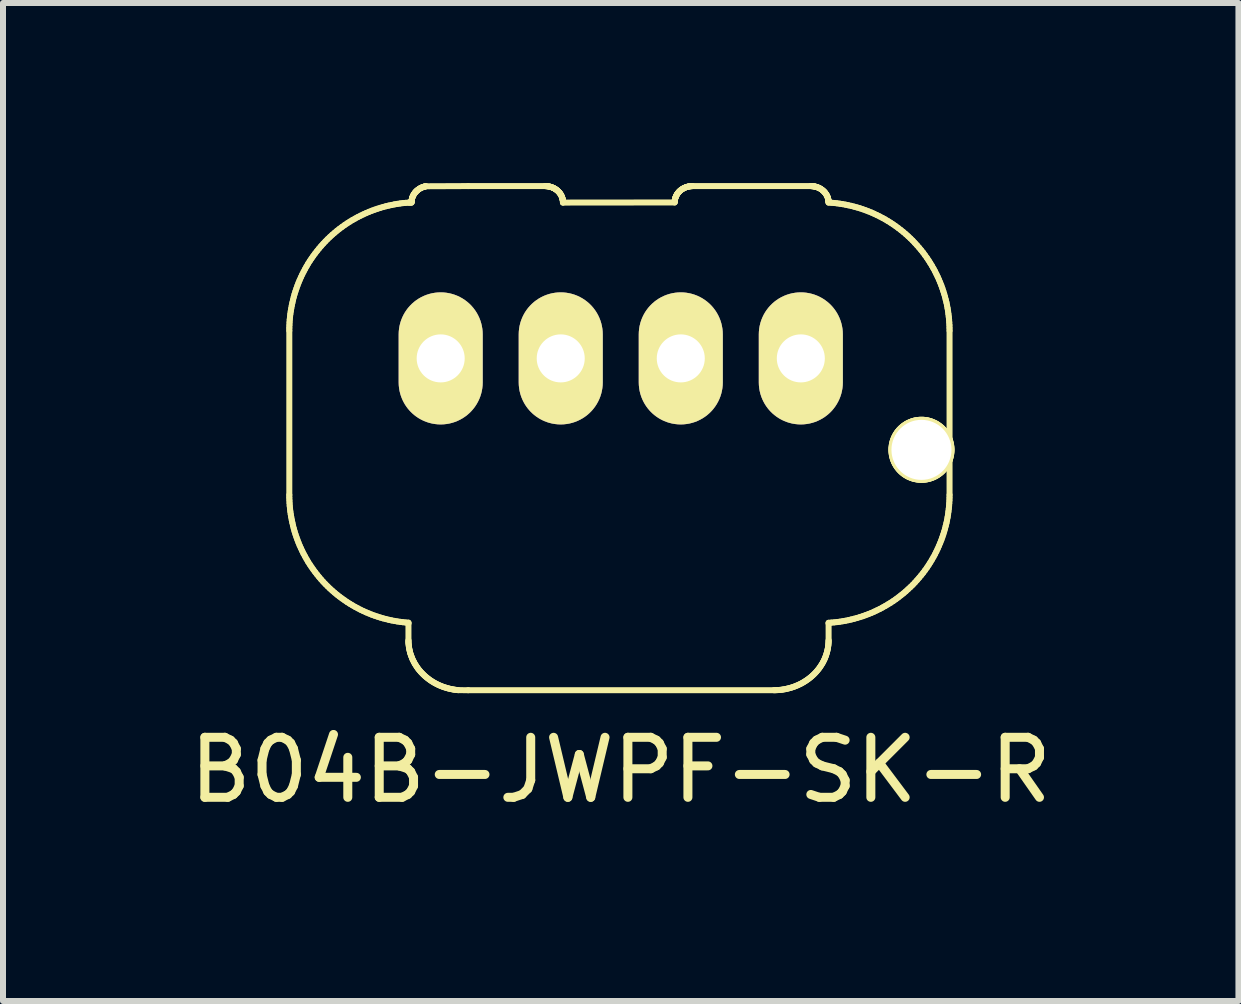
<source format=kicad_pcb>
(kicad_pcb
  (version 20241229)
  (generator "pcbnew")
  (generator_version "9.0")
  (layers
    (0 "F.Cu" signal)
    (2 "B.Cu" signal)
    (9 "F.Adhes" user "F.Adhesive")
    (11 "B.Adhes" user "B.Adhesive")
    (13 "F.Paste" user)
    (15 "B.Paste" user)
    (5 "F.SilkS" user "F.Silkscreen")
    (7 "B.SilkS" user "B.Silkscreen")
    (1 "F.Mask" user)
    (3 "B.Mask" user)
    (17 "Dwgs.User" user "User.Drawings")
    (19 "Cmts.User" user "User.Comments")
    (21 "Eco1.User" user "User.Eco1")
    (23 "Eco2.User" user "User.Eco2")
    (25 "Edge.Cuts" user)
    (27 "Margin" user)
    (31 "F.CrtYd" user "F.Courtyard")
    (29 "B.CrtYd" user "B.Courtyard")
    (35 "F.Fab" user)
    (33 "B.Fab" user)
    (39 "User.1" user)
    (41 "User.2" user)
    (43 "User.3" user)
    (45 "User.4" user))
  (footprint "B04B-JWPF-SK-R"
    (layer "F.Cu")
    (at 7.292 4.572)
    (property "Reference" "B04B-JWPF-SK-R" (at 0 5.207 0) (layer "F.SilkS") (effects (font (size 1 1) (thickness 0.15))))
    (attr through_hole)
    (fp_line (start -5.522 -2.114) (end -5.522 0.624) (stroke (width 0.1) (type solid)) (layer "F.SilkS"))
    (fp_line (start -5.522 0.624) (end -5.522 0.669) (stroke (width 0.1) (type solid)) (layer "F.SilkS"))
    (fp_line (start -5.522 -2.159) (end -5.522 -2.114) (stroke (width 0.1) (type solid)) (layer "F.SilkS"))
    (fp_line (start -5.522 0.669) (end -5.52 0.715) (stroke (width 0.1) (type solid)) (layer "F.SilkS"))
    (fp_line (start -5.52 0.715) (end -5.518 0.76) (stroke (width 0.1) (type solid)) (layer "F.SilkS"))
    (fp_line (start -5.52 -2.205) (end -5.522 -2.159) (stroke (width 0.1) (type solid)) (layer "F.SilkS"))
    (fp_line (start -5.518 0.76) (end -5.515 0.806) (stroke (width 0.1) (type solid)) (layer "F.SilkS"))
    (fp_line (start -5.518 -2.251) (end -5.52 -2.205) (stroke (width 0.1) (type solid)) (layer "F.SilkS"))
    (fp_line (start -5.515 0.806) (end -5.51 0.853) (stroke (width 0.1) (type solid)) (layer "F.SilkS"))
    (fp_line (start -5.515 -2.297) (end -5.518 -2.251) (stroke (width 0.1) (type solid)) (layer "F.SilkS"))
    (fp_line (start -5.51 0.853) (end -5.505 0.899) (stroke (width 0.1) (type solid)) (layer "F.SilkS"))
    (fp_line (start -5.51 -2.343) (end -5.515 -2.297) (stroke (width 0.1) (type solid)) (layer "F.SilkS"))
    (fp_line (start -5.505 0.899) (end -5.498 0.946) (stroke (width 0.1) (type solid)) (layer "F.SilkS"))
    (fp_line (start -5.505 -2.39) (end -5.51 -2.343) (stroke (width 0.1) (type solid)) (layer "F.SilkS"))
    (fp_line (start -5.498 0.946) (end -5.49 0.993) (stroke (width 0.1) (type solid)) (layer "F.SilkS"))
    (fp_line (start -5.498 -2.436) (end -5.505 -2.39) (stroke (width 0.1) (type solid)) (layer "F.SilkS"))
    (fp_line (start -5.49 0.993) (end -5.481 1.04) (stroke (width 0.1) (type solid)) (layer "F.SilkS"))
    (fp_line (start -5.49 -2.483) (end -5.498 -2.436) (stroke (width 0.1) (type solid)) (layer "F.SilkS"))
    (fp_line (start -5.481 1.04) (end -5.471 1.087) (stroke (width 0.1) (type solid)) (layer "F.SilkS"))
    (fp_line (start -5.481 -2.531) (end -5.49 -2.483) (stroke (width 0.1) (type solid)) (layer "F.SilkS"))
    (fp_line (start -5.471 1.087) (end -5.46 1.135) (stroke (width 0.1) (type solid)) (layer "F.SilkS"))
    (fp_line (start -5.471 -2.578) (end -5.481 -2.531) (stroke (width 0.1) (type solid)) (layer "F.SilkS"))
    (fp_line (start -5.46 1.135) (end -5.448 1.182) (stroke (width 0.1) (type solid)) (layer "F.SilkS"))
    (fp_line (start -5.46 -2.625) (end -5.471 -2.578) (stroke (width 0.1) (type solid)) (layer "F.SilkS"))
    (fp_line (start -5.448 1.182) (end -5.435 1.229) (stroke (width 0.1) (type solid)) (layer "F.SilkS"))
    (fp_line (start -5.448 -2.673) (end -5.46 -2.625) (stroke (width 0.1) (type solid)) (layer "F.SilkS"))
    (fp_line (start -5.435 1.229) (end -5.42 1.277) (stroke (width 0.1) (type solid)) (layer "F.SilkS"))
    (fp_line (start -5.435 -2.72) (end -5.448 -2.673) (stroke (width 0.1) (type solid)) (layer "F.SilkS"))
    (fp_line (start -5.42 1.277) (end -5.404 1.324) (stroke (width 0.1) (type solid)) (layer "F.SilkS"))
    (fp_line (start -5.42 -2.767) (end -5.435 -2.72) (stroke (width 0.1) (type solid)) (layer "F.SilkS"))
    (fp_line (start -5.404 1.324) (end -5.387 1.371) (stroke (width 0.1) (type solid)) (layer "F.SilkS"))
    (fp_line (start -5.404 -2.814) (end -5.42 -2.767) (stroke (width 0.1) (type solid)) (layer "F.SilkS"))
    (fp_line (start -5.387 1.371) (end -5.369 1.418) (stroke (width 0.1) (type solid)) (layer "F.SilkS"))
    (fp_line (start -5.387 -2.862) (end -5.404 -2.814) (stroke (width 0.1) (type solid)) (layer "F.SilkS"))
    (fp_line (start -5.369 1.418) (end -5.35 1.465) (stroke (width 0.1) (type solid)) (layer "F.SilkS"))
    (fp_line (start -5.369 -2.909) (end -5.387 -2.862) (stroke (width 0.1) (type solid)) (layer "F.SilkS"))
    (fp_line (start -5.35 1.465) (end -5.329 1.511) (stroke (width 0.1) (type solid)) (layer "F.SilkS"))
    (fp_line (start -5.35 -2.955) (end -5.369 -2.909) (stroke (width 0.1) (type solid)) (layer "F.SilkS"))
    (fp_line (start -5.329 1.511) (end -5.307 1.557) (stroke (width 0.1) (type solid)) (layer "F.SilkS"))
    (fp_line (start -5.329 -3.002) (end -5.35 -2.955) (stroke (width 0.1) (type solid)) (layer "F.SilkS"))
    (fp_line (start -5.307 1.557) (end -5.285 1.603) (stroke (width 0.1) (type solid)) (layer "F.SilkS"))
    (fp_line (start -5.307 -3.048) (end -5.329 -3.002) (stroke (width 0.1) (type solid)) (layer "F.SilkS"))
    (fp_line (start -5.285 1.603) (end -5.26 1.648) (stroke (width 0.1) (type solid)) (layer "F.SilkS"))
    (fp_line (start -5.284 -3.094) (end -5.307 -3.048) (stroke (width 0.1) (type solid)) (layer "F.SilkS"))
    (fp_line (start -5.26 1.648) (end -5.235 1.693) (stroke (width 0.1) (type solid)) (layer "F.SilkS"))
    (fp_line (start -5.26 -3.139) (end -5.284 -3.094) (stroke (width 0.1) (type solid)) (layer "F.SilkS"))
    (fp_line (start -5.235 1.693) (end -5.209 1.738) (stroke (width 0.1) (type solid)) (layer "F.SilkS"))
    (fp_line (start -5.235 -3.184) (end -5.26 -3.139) (stroke (width 0.1) (type solid)) (layer "F.SilkS"))
    (fp_line (start -5.209 1.738) (end -5.181 1.782) (stroke (width 0.1) (type solid)) (layer "F.SilkS"))
    (fp_line (start -5.209 -3.229) (end -5.235 -3.184) (stroke (width 0.1) (type solid)) (layer "F.SilkS"))
    (fp_line (start -5.181 1.782) (end -5.152 1.825) (stroke (width 0.1) (type solid)) (layer "F.SilkS"))
    (fp_line (start -5.181 -3.273) (end -5.209 -3.229) (stroke (width 0.1) (type solid)) (layer "F.SilkS"))
    (fp_line (start -5.152 1.825) (end -5.122 1.868) (stroke (width 0.1) (type solid)) (layer "F.SilkS"))
    (fp_line (start -5.152 -3.316) (end -5.181 -3.273) (stroke (width 0.1) (type solid)) (layer "F.SilkS"))
    (fp_line (start -5.122 1.868) (end -5.091 1.91) (stroke (width 0.1) (type solid)) (layer "F.SilkS"))
    (fp_line (start -5.122 -3.359) (end -5.152 -3.316) (stroke (width 0.1) (type solid)) (layer "F.SilkS"))
    (fp_line (start -5.091 1.91) (end -5.059 1.951) (stroke (width 0.1) (type solid)) (layer "F.SilkS"))
    (fp_line (start -5.091 -3.401) (end -5.122 -3.359) (stroke (width 0.1) (type solid)) (layer "F.SilkS"))
    (fp_line (start -5.059 1.951) (end -5.026 1.992) (stroke (width 0.1) (type solid)) (layer "F.SilkS"))
    (fp_line (start -5.059 -3.442) (end -5.091 -3.401) (stroke (width 0.1) (type solid)) (layer "F.SilkS"))
    (fp_line (start -5.026 1.992) (end -4.992 2.032) (stroke (width 0.1) (type solid)) (layer "F.SilkS"))
    (fp_line (start -5.026 -3.483) (end -5.059 -3.442) (stroke (width 0.1) (type solid)) (layer "F.SilkS"))
    (fp_line (start -4.992 2.032) (end -4.957 2.071) (stroke (width 0.1) (type solid)) (layer "F.SilkS"))
    (fp_line (start -4.992 -3.523) (end -5.026 -3.483) (stroke (width 0.1) (type solid)) (layer "F.SilkS"))
    (fp_line (start -4.957 2.071) (end -4.921 2.109) (stroke (width 0.1) (type solid)) (layer "F.SilkS"))
    (fp_line (start -4.957 -3.562) (end -4.992 -3.523) (stroke (width 0.1) (type solid)) (layer "F.SilkS"))
    (fp_line (start -4.921 2.109) (end -4.884 2.146) (stroke (width 0.1) (type solid)) (layer "F.SilkS"))
    (fp_line (start -4.921 -3.6) (end -4.957 -3.562) (stroke (width 0.1) (type solid)) (layer "F.SilkS"))
    (fp_line (start -4.884 2.146) (end -4.846 2.183) (stroke (width 0.1) (type solid)) (layer "F.SilkS"))
    (fp_line (start -4.884 -3.638) (end -4.921 -3.6) (stroke (width 0.1) (type solid)) (layer "F.SilkS"))
    (fp_line (start -4.846 2.183) (end -4.807 2.218) (stroke (width 0.1) (type solid)) (layer "F.SilkS"))
    (fp_line (start -4.846 -3.674) (end -4.884 -3.638) (stroke (width 0.1) (type solid)) (layer "F.SilkS"))
    (fp_line (start -4.807 2.218) (end -4.768 2.252) (stroke (width 0.1) (type solid)) (layer "F.SilkS"))
    (fp_line (start -4.807 -3.71) (end -4.846 -3.674) (stroke (width 0.1) (type solid)) (layer "F.SilkS"))
    (fp_line (start -4.768 2.252) (end -4.727 2.286) (stroke (width 0.1) (type solid)) (layer "F.SilkS"))
    (fp_line (start -4.767 -3.744) (end -4.807 -3.71) (stroke (width 0.1) (type solid)) (layer "F.SilkS"))
    (fp_line (start -4.727 2.286) (end -4.686 2.318) (stroke (width 0.1) (type solid)) (layer "F.SilkS"))
    (fp_line (start -4.727 -3.778) (end -4.767 -3.744) (stroke (width 0.1) (type solid)) (layer "F.SilkS"))
    (fp_line (start -4.686 2.318) (end -4.644 2.349) (stroke (width 0.1) (type solid)) (layer "F.SilkS"))
    (fp_line (start -4.686 -3.81) (end -4.727 -3.778) (stroke (width 0.1) (type solid)) (layer "F.SilkS"))
    (fp_line (start -4.644 2.349) (end -4.601 2.379) (stroke (width 0.1) (type solid)) (layer "F.SilkS"))
    (fp_line (start -4.644 -3.841) (end -4.686 -3.81) (stroke (width 0.1) (type solid)) (layer "F.SilkS"))
    (fp_line (start -4.601 2.379) (end -4.558 2.409) (stroke (width 0.1) (type solid)) (layer "F.SilkS"))
    (fp_line (start -4.601 -3.872) (end -4.644 -3.841) (stroke (width 0.1) (type solid)) (layer "F.SilkS"))
    (fp_line (start -4.558 2.409) (end -4.515 2.436) (stroke (width 0.1) (type solid)) (layer "F.SilkS"))
    (fp_line (start -4.558 -3.901) (end -4.601 -3.872) (stroke (width 0.1) (type solid)) (layer "F.SilkS"))
    (fp_line (start -4.515 2.436) (end -4.47 2.463) (stroke (width 0.1) (type solid)) (layer "F.SilkS"))
    (fp_line (start -4.514 -3.929) (end -4.558 -3.901) (stroke (width 0.1) (type solid)) (layer "F.SilkS"))
    (fp_line (start -4.47 2.463) (end -4.425 2.489) (stroke (width 0.1) (type solid)) (layer "F.SilkS"))
    (fp_line (start -4.47 -3.956) (end -4.514 -3.929) (stroke (width 0.1) (type solid)) (layer "F.SilkS"))
    (fp_line (start -4.425 2.489) (end -4.38 2.513) (stroke (width 0.1) (type solid)) (layer "F.SilkS"))
    (fp_line (start -4.425 -3.981) (end -4.47 -3.956) (stroke (width 0.1) (type solid)) (layer "F.SilkS"))
    (fp_line (start -4.38 2.513) (end -4.334 2.537) (stroke (width 0.1) (type solid)) (layer "F.SilkS"))
    (fp_line (start -4.38 -4.006) (end -4.425 -3.981) (stroke (width 0.1) (type solid)) (layer "F.SilkS"))
    (fp_line (start -4.334 2.537) (end -4.288 2.559) (stroke (width 0.1) (type solid)) (layer "F.SilkS"))
    (fp_line (start -4.334 -4.029) (end -4.38 -4.006) (stroke (width 0.1) (type solid)) (layer "F.SilkS"))
    (fp_line (start -4.288 2.559) (end -4.242 2.58) (stroke (width 0.1) (type solid)) (layer "F.SilkS"))
    (fp_line (start -4.288 -4.051) (end -4.334 -4.029) (stroke (width 0.1) (type solid)) (layer "F.SilkS"))
    (fp_line (start -4.242 2.58) (end -4.195 2.599) (stroke (width 0.1) (type solid)) (layer "F.SilkS"))
    (fp_line (start -4.242 -4.072) (end -4.288 -4.051) (stroke (width 0.1) (type solid)) (layer "F.SilkS"))
    (fp_line (start -4.195 2.599) (end -4.149 2.618) (stroke (width 0.1) (type solid)) (layer "F.SilkS"))
    (fp_line (start -4.195 -4.092) (end -4.242 -4.072) (stroke (width 0.1) (type solid)) (layer "F.SilkS"))
    (fp_line (start -4.149 2.618) (end -4.102 2.635) (stroke (width 0.1) (type solid)) (layer "F.SilkS"))
    (fp_line (start -4.148 -4.111) (end -4.195 -4.092) (stroke (width 0.1) (type solid)) (layer "F.SilkS"))
    (fp_line (start -4.102 2.635) (end -4.054 2.651) (stroke (width 0.1) (type solid)) (layer "F.SilkS"))
    (fp_line (start -4.101 -4.128) (end -4.148 -4.111) (stroke (width 0.1) (type solid)) (layer "F.SilkS"))
    (fp_line (start -4.054 2.651) (end -4.007 2.666) (stroke (width 0.1) (type solid)) (layer "F.SilkS"))
    (fp_line (start -4.054 -4.144) (end -4.101 -4.128) (stroke (width 0.1) (type solid)) (layer "F.SilkS"))
    (fp_line (start -4.007 2.666) (end -3.96 2.68) (stroke (width 0.1) (type solid)) (layer "F.SilkS"))
    (fp_line (start -4.007 -4.159) (end -4.054 -4.144) (stroke (width 0.1) (type solid)) (layer "F.SilkS"))
    (fp_line (start -3.96 2.68) (end -3.912 2.692) (stroke (width 0.1) (type solid)) (layer "F.SilkS"))
    (fp_line (start -3.959 -4.173) (end -4.007 -4.159) (stroke (width 0.1) (type solid)) (layer "F.SilkS"))
    (fp_line (start -3.912 2.692) (end -3.865 2.704) (stroke (width 0.1) (type solid)) (layer "F.SilkS"))
    (fp_line (start -3.912 -4.186) (end -3.959 -4.173) (stroke (width 0.1) (type solid)) (layer "F.SilkS"))
    (fp_line (start -3.865 2.704) (end -3.818 2.714) (stroke (width 0.1) (type solid)) (layer "F.SilkS"))
    (fp_line (start -3.865 -4.197) (end -3.912 -4.186) (stroke (width 0.1) (type solid)) (layer "F.SilkS"))
    (fp_line (start -3.818 2.714) (end -3.771 2.723) (stroke (width 0.1) (type solid)) (layer "F.SilkS"))
    (fp_line (start -3.817 -4.207) (end -3.865 -4.197) (stroke (width 0.1) (type solid)) (layer "F.SilkS"))
    (fp_line (start -3.771 2.723) (end -3.724 2.731) (stroke (width 0.1) (type solid)) (layer "F.SilkS"))
    (fp_line (start -3.77 -4.217) (end -3.817 -4.207) (stroke (width 0.1) (type solid)) (layer "F.SilkS"))
    (fp_line (start -3.724 2.731) (end -3.677 2.738) (stroke (width 0.1) (type solid)) (layer "F.SilkS"))
    (fp_line (start -3.723 -4.225) (end -3.77 -4.217) (stroke (width 0.1) (type solid)) (layer "F.SilkS"))
    (fp_line (start -3.677 2.738) (end -3.63 2.744) (stroke (width 0.1) (type solid)) (layer "F.SilkS"))
    (fp_line (start -3.676 -4.232) (end -3.723 -4.225) (stroke (width 0.1) (type solid)) (layer "F.SilkS"))
    (fp_line (start -3.63 2.744) (end -3.584 2.749) (stroke (width 0.1) (type solid)) (layer "F.SilkS"))
    (fp_line (start -3.63 -4.238) (end -3.676 -4.232) (stroke (width 0.1) (type solid)) (layer "F.SilkS"))
    (fp_line (start -3.584 2.749) (end -3.537 2.752) (stroke (width 0.1) (type solid)) (layer "F.SilkS"))
    (fp_line (start -3.583 -4.242) (end -3.63 -4.238) (stroke (width 0.1) (type solid)) (layer "F.SilkS"))
    (fp_line (start -3.537 2.752) (end -3.537 2.765) (stroke (width 0.1) (type solid)) (layer "F.SilkS"))
    (fp_line (start -3.537 2.765) (end -3.537 3.044) (stroke (width 0.1) (type solid)) (layer "F.SilkS"))
    (fp_line (start -3.537 3.044) (end -3.537 3.061) (stroke (width 0.1) (type solid)) (layer "F.SilkS"))
    (fp_line (start -3.537 3.061) (end -3.537 3.079) (stroke (width 0.1) (type solid)) (layer "F.SilkS"))
    (fp_line (start -3.537 -4.246) (end -3.583 -4.242) (stroke (width 0.1) (type solid)) (layer "F.SilkS"))
    (fp_line (start -3.537 3.079) (end -3.536 3.096) (stroke (width 0.1) (type solid)) (layer "F.SilkS"))
    (fp_line (start -3.536 3.096) (end -3.534 3.114) (stroke (width 0.1) (type solid)) (layer "F.SilkS"))
    (fp_line (start -3.534 3.114) (end -3.532 3.132) (stroke (width 0.1) (type solid)) (layer "F.SilkS"))
    (fp_line (start -3.532 3.132) (end -3.53 3.15) (stroke (width 0.1) (type solid)) (layer "F.SilkS"))
    (fp_line (start -3.53 3.15) (end -3.527 3.168) (stroke (width 0.1) (type solid)) (layer "F.SilkS"))
    (fp_line (start -3.527 3.168) (end -3.524 3.186) (stroke (width 0.1) (type solid)) (layer "F.SilkS"))
    (fp_line (start -3.524 -4.247) (end -3.537 -4.246) (stroke (width 0.1) (type solid)) (layer "F.SilkS"))
    (fp_line (start -3.524 3.186) (end -3.52 3.204) (stroke (width 0.1) (type solid)) (layer "F.SilkS"))
    (fp_line (start -3.52 3.204) (end -3.516 3.222) (stroke (width 0.1) (type solid)) (layer "F.SilkS"))
    (fp_line (start -3.516 3.222) (end -3.512 3.24) (stroke (width 0.1) (type solid)) (layer "F.SilkS"))
    (fp_line (start -3.512 3.24) (end -3.507 3.259) (stroke (width 0.1) (type solid)) (layer "F.SilkS"))
    (fp_line (start -3.512 -4.248) (end -3.524 -4.247) (stroke (width 0.1) (type solid)) (layer "F.SilkS"))
    (fp_line (start -3.507 3.259) (end -3.501 3.277) (stroke (width 0.1) (type solid)) (layer "F.SilkS"))
    (fp_line (start -3.501 3.277) (end -3.495 3.295) (stroke (width 0.1) (type solid)) (layer "F.SilkS"))
    (fp_line (start -3.499 -4.248) (end -3.512 -4.248) (stroke (width 0.1) (type solid)) (layer "F.SilkS"))
    (fp_line (start -3.495 3.295) (end -3.488 3.313) (stroke (width 0.1) (type solid)) (layer "F.SilkS"))
    (fp_line (start -3.488 3.313) (end -3.481 3.331) (stroke (width 0.1) (type solid)) (layer "F.SilkS"))
    (fp_line (start -3.486 -4.25) (end -3.486 -4.247) (stroke (width 0.1) (type solid)) (layer "F.SilkS"))
    (fp_line (start -3.486 -4.247) (end -3.499 -4.248) (stroke (width 0.1) (type solid)) (layer "F.SilkS"))
    (fp_line (start -3.486 -4.255) (end -3.486 -4.25) (stroke (width 0.1) (type solid)) (layer "F.SilkS"))
    (fp_line (start -3.486 -4.26) (end -3.486 -4.255) (stroke (width 0.1) (type solid)) (layer "F.SilkS"))
    (fp_line (start -3.486 -4.266) (end -3.486 -4.26) (stroke (width 0.1) (type solid)) (layer "F.SilkS"))
    (fp_line (start -3.485 -4.271) (end -3.486 -4.266) (stroke (width 0.1) (type solid)) (layer "F.SilkS"))
    (fp_line (start -3.485 -4.277) (end -3.485 -4.271) (stroke (width 0.1) (type solid)) (layer "F.SilkS"))
    (fp_line (start -3.484 -4.282) (end -3.485 -4.277) (stroke (width 0.1) (type solid)) (layer "F.SilkS"))
    (fp_line (start -3.483 -4.287) (end -3.484 -4.282) (stroke (width 0.1) (type solid)) (layer "F.SilkS"))
    (fp_line (start -3.482 -4.293) (end -3.483 -4.287) (stroke (width 0.1) (type solid)) (layer "F.SilkS"))
    (fp_line (start -3.481 3.331) (end -3.474 3.35) (stroke (width 0.1) (type solid)) (layer "F.SilkS"))
    (fp_line (start -3.481 -4.298) (end -3.482 -4.293) (stroke (width 0.1) (type solid)) (layer "F.SilkS"))
    (fp_line (start -3.48 -4.304) (end -3.481 -4.298) (stroke (width 0.1) (type solid)) (layer "F.SilkS"))
    (fp_line (start -3.479 -4.31) (end -3.48 -4.304) (stroke (width 0.1) (type solid)) (layer "F.SilkS"))
    (fp_line (start -3.477 -4.315) (end -3.479 -4.31) (stroke (width 0.1) (type solid)) (layer "F.SilkS"))
    (fp_line (start -3.476 -4.321) (end -3.477 -4.315) (stroke (width 0.1) (type solid)) (layer "F.SilkS"))
    (fp_line (start -3.474 -4.326) (end -3.476 -4.321) (stroke (width 0.1) (type solid)) (layer "F.SilkS"))
    (fp_line (start -3.474 3.35) (end -3.466 3.368) (stroke (width 0.1) (type solid)) (layer "F.SilkS"))
    (fp_line (start -3.472 -4.332) (end -3.474 -4.326) (stroke (width 0.1) (type solid)) (layer "F.SilkS"))
    (fp_line (start -3.47 -4.337) (end -3.472 -4.332) (stroke (width 0.1) (type solid)) (layer "F.SilkS"))
    (fp_line (start -3.468 -4.343) (end -3.47 -4.337) (stroke (width 0.1) (type solid)) (layer "F.SilkS"))
    (fp_line (start -3.466 3.368) (end -3.457 3.385) (stroke (width 0.1) (type solid)) (layer "F.SilkS"))
    (fp_line (start -3.466 -4.349) (end -3.468 -4.343) (stroke (width 0.1) (type solid)) (layer "F.SilkS"))
    (fp_line (start -3.463 -4.354) (end -3.466 -4.349) (stroke (width 0.1) (type solid)) (layer "F.SilkS"))
    (fp_line (start -3.461 -4.36) (end -3.463 -4.354) (stroke (width 0.1) (type solid)) (layer "F.SilkS"))
    (fp_line (start -3.458 -4.365) (end -3.461 -4.36) (stroke (width 0.1) (type solid)) (layer "F.SilkS"))
    (fp_line (start -3.457 3.385) (end -3.448 3.403) (stroke (width 0.1) (type solid)) (layer "F.SilkS"))
    (fp_line (start -3.455 -4.37) (end -3.458 -4.365) (stroke (width 0.1) (type solid)) (layer "F.SilkS"))
    (fp_line (start -3.452 -4.376) (end -3.455 -4.37) (stroke (width 0.1) (type solid)) (layer "F.SilkS"))
    (fp_line (start -3.449 -4.381) (end -3.452 -4.376) (stroke (width 0.1) (type solid)) (layer "F.SilkS"))
    (fp_line (start -3.448 3.403) (end -3.439 3.421) (stroke (width 0.1) (type solid)) (layer "F.SilkS"))
    (fp_line (start -3.446 -4.386) (end -3.449 -4.381) (stroke (width 0.1) (type solid)) (layer "F.SilkS"))
    (fp_line (start -3.443 -4.392) (end -3.446 -4.386) (stroke (width 0.1) (type solid)) (layer "F.SilkS"))
    (fp_line (start -3.439 -4.397) (end -3.443 -4.392) (stroke (width 0.1) (type solid)) (layer "F.SilkS"))
    (fp_line (start -3.439 3.421) (end -3.429 3.439) (stroke (width 0.1) (type solid)) (layer "F.SilkS"))
    (fp_line (start -3.435 -4.402) (end -3.439 -4.397) (stroke (width 0.1) (type solid)) (layer "F.SilkS"))
    (fp_line (start -3.432 -4.407) (end -3.435 -4.402) (stroke (width 0.1) (type solid)) (layer "F.SilkS"))
    (fp_line (start -3.429 3.439) (end -3.418 3.456) (stroke (width 0.1) (type solid)) (layer "F.SilkS"))
    (fp_line (start -3.428 -4.412) (end -3.432 -4.407) (stroke (width 0.1) (type solid)) (layer "F.SilkS"))
    (fp_line (start -3.424 -4.417) (end -3.428 -4.412) (stroke (width 0.1) (type solid)) (layer "F.SilkS"))
    (fp_line (start -3.419 -4.422) (end -3.424 -4.417) (stroke (width 0.1) (type solid)) (layer "F.SilkS"))
    (fp_line (start -3.418 3.456) (end -3.407 3.473) (stroke (width 0.1) (type solid)) (layer "F.SilkS"))
    (fp_line (start -3.415 -4.427) (end -3.419 -4.422) (stroke (width 0.1) (type solid)) (layer "F.SilkS"))
    (fp_line (start -3.411 -4.431) (end -3.415 -4.427) (stroke (width 0.1) (type solid)) (layer "F.SilkS"))
    (fp_line (start -3.407 3.473) (end -3.396 3.49) (stroke (width 0.1) (type solid)) (layer "F.SilkS"))
    (fp_line (start -3.406 -4.436) (end -3.411 -4.431) (stroke (width 0.1) (type solid)) (layer "F.SilkS"))
    (fp_line (start -3.402 -4.44) (end -3.406 -4.436) (stroke (width 0.1) (type solid)) (layer "F.SilkS"))
    (fp_line (start -3.397 -4.445) (end -3.402 -4.44) (stroke (width 0.1) (type solid)) (layer "F.SilkS"))
    (fp_line (start -3.396 3.49) (end -3.384 3.507) (stroke (width 0.1) (type solid)) (layer "F.SilkS"))
    (fp_line (start -3.392 -4.449) (end -3.397 -4.445) (stroke (width 0.1) (type solid)) (layer "F.SilkS"))
    (fp_line (start -3.387 -4.453) (end -3.392 -4.449) (stroke (width 0.1) (type solid)) (layer "F.SilkS"))
    (fp_line (start -3.384 3.507) (end -3.372 3.524) (stroke (width 0.1) (type solid)) (layer "F.SilkS"))
    (fp_line (start -3.382 -4.457) (end -3.387 -4.453) (stroke (width 0.1) (type solid)) (layer "F.SilkS"))
    (fp_line (start -3.377 -4.461) (end -3.382 -4.457) (stroke (width 0.1) (type solid)) (layer "F.SilkS"))
    (fp_line (start -3.372 3.524) (end -3.359 3.54) (stroke (width 0.1) (type solid)) (layer "F.SilkS"))
    (fp_line (start -3.371 -4.465) (end -3.377 -4.461) (stroke (width 0.1) (type solid)) (layer "F.SilkS"))
    (fp_line (start -3.366 -4.469) (end -3.371 -4.465) (stroke (width 0.1) (type solid)) (layer "F.SilkS"))
    (fp_line (start -3.361 -4.473) (end -3.366 -4.469) (stroke (width 0.1) (type solid)) (layer "F.SilkS"))
    (fp_line (start -3.359 3.54) (end -3.345 3.556) (stroke (width 0.1) (type solid)) (layer "F.SilkS"))
    (fp_line (start -3.356 -2.027) (end -2.709 -2.027) (stroke (width 0.1) (type solid)) (layer "F.SilkS"))
    (fp_line (start -3.356 -1.23) (end -3.356 -2.027) (stroke (width 0.1) (type solid)) (layer "F.SilkS"))
    (fp_line (start -3.355 -4.476) (end -3.361 -4.473) (stroke (width 0.1) (type solid)) (layer "F.SilkS"))
    (fp_line (start -3.35 -4.48) (end -3.355 -4.476) (stroke (width 0.1) (type solid)) (layer "F.SilkS"))
    (fp_line (start -3.345 3.556) (end -3.332 3.572) (stroke (width 0.1) (type solid)) (layer "F.SilkS"))
    (fp_line (start -3.344 -4.483) (end -3.35 -4.48) (stroke (width 0.1) (type solid)) (layer "F.SilkS"))
    (fp_line (start -3.338 -4.486) (end -3.344 -4.483) (stroke (width 0.1) (type solid)) (layer "F.SilkS"))
    (fp_line (start -3.333 -4.489) (end -3.338 -4.486) (stroke (width 0.1) (type solid)) (layer "F.SilkS"))
    (fp_line (start -3.332 3.572) (end -3.317 3.587) (stroke (width 0.1) (type solid)) (layer "F.SilkS"))
    (fp_line (start -3.327 -4.492) (end -3.333 -4.489) (stroke (width 0.1) (type solid)) (layer "F.SilkS"))
    (fp_line (start -3.321 -4.495) (end -3.327 -4.492) (stroke (width 0.1) (type solid)) (layer "F.SilkS"))
    (fp_line (start -3.317 3.587) (end -3.303 3.602) (stroke (width 0.1) (type solid)) (layer "F.SilkS"))
    (fp_line (start -3.315 -4.498) (end -3.321 -4.495) (stroke (width 0.1) (type solid)) (layer "F.SilkS"))
    (fp_line (start -3.309 -4.5) (end -3.315 -4.498) (stroke (width 0.1) (type solid)) (layer "F.SilkS"))
    (fp_line (start -3.303 -4.502) (end -3.309 -4.5) (stroke (width 0.1) (type solid)) (layer "F.SilkS"))
    (fp_line (start -3.303 3.602) (end -3.288 3.617) (stroke (width 0.1) (type solid)) (layer "F.SilkS"))
    (fp_line (start -3.297 -4.505) (end -3.303 -4.502) (stroke (width 0.1) (type solid)) (layer "F.SilkS"))
    (fp_line (start -3.291 -4.507) (end -3.297 -4.505) (stroke (width 0.1) (type solid)) (layer "F.SilkS"))
    (fp_line (start -3.288 3.617) (end -3.272 3.632) (stroke (width 0.1) (type solid)) (layer "F.SilkS"))
    (fp_line (start -3.285 -4.509) (end -3.291 -4.507) (stroke (width 0.1) (type solid)) (layer "F.SilkS"))
    (fp_line (start -3.279 -4.511) (end -3.285 -4.509) (stroke (width 0.1) (type solid)) (layer "F.SilkS"))
    (fp_line (start -3.273 -4.513) (end -3.279 -4.511) (stroke (width 0.1) (type solid)) (layer "F.SilkS"))
    (fp_line (start -3.272 3.632) (end -3.257 3.646) (stroke (width 0.1) (type solid)) (layer "F.SilkS"))
    (fp_line (start -3.267 -4.514) (end -3.273 -4.513) (stroke (width 0.1) (type solid)) (layer "F.SilkS"))
    (fp_line (start -3.261 -4.516) (end -3.267 -4.514) (stroke (width 0.1) (type solid)) (layer "F.SilkS"))
    (fp_line (start -3.257 3.646) (end -3.24 3.66) (stroke (width 0.1) (type solid)) (layer "F.SilkS"))
    (fp_line (start -3.255 -4.517) (end -3.261 -4.516) (stroke (width 0.1) (type solid)) (layer "F.SilkS"))
    (fp_line (start -3.249 -4.518) (end -3.255 -4.517) (stroke (width 0.1) (type solid)) (layer "F.SilkS"))
    (fp_line (start -3.243 -4.519) (end -3.249 -4.518) (stroke (width 0.1) (type solid)) (layer "F.SilkS"))
    (fp_line (start -3.24 3.66) (end -3.224 3.673) (stroke (width 0.1) (type solid)) (layer "F.SilkS"))
    (fp_line (start -3.224 3.673) (end -3.207 3.686) (stroke (width 0.1) (type solid)) (layer "F.SilkS"))
    (fp_line (start -3.207 3.686) (end -3.19 3.699) (stroke (width 0.1) (type solid)) (layer "F.SilkS"))
    (fp_line (start -3.19 3.699) (end -3.172 3.712) (stroke (width 0.1) (type solid)) (layer "F.SilkS"))
    (fp_line (start -3.172 3.712) (end -3.155 3.723) (stroke (width 0.1) (type solid)) (layer "F.SilkS"))
    (fp_line (start -3.155 3.723) (end -3.137 3.735) (stroke (width 0.1) (type solid)) (layer "F.SilkS"))
    (fp_line (start -3.137 3.735) (end -3.118 3.746) (stroke (width 0.1) (type solid)) (layer "F.SilkS"))
    (fp_line (start -3.118 3.746) (end -3.1 3.757) (stroke (width 0.1) (type solid)) (layer "F.SilkS"))
    (fp_line (start -3.1 3.757) (end -3.081 3.767) (stroke (width 0.1) (type solid)) (layer "F.SilkS"))
    (fp_line (start -3.081 3.767) (end -3.062 3.777) (stroke (width 0.1) (type solid)) (layer "F.SilkS"))
    (fp_line (start -3.062 3.777) (end -3.043 3.786) (stroke (width 0.1) (type solid)) (layer "F.SilkS"))
    (fp_line (start -3.043 3.786) (end -3.024 3.795) (stroke (width 0.1) (type solid)) (layer "F.SilkS"))
    (fp_line (start -3.024 3.795) (end -3.004 3.803) (stroke (width 0.1) (type solid)) (layer "F.SilkS"))
    (fp_line (start -3.004 3.803) (end -2.985 3.811) (stroke (width 0.1) (type solid)) (layer "F.SilkS"))
    (fp_line (start -2.985 3.811) (end -2.965 3.819) (stroke (width 0.1) (type solid)) (layer "F.SilkS"))
    (fp_line (start -2.965 3.819) (end -2.945 3.826) (stroke (width 0.1) (type solid)) (layer "F.SilkS"))
    (fp_line (start -2.945 3.826) (end -2.925 3.832) (stroke (width 0.1) (type solid)) (layer "F.SilkS"))
    (fp_line (start -2.925 3.832) (end -2.906 3.838) (stroke (width 0.1) (type solid)) (layer "F.SilkS"))
    (fp_line (start -2.906 3.838) (end -2.886 3.844) (stroke (width 0.1) (type solid)) (layer "F.SilkS"))
    (fp_line (start -2.886 3.844) (end -2.866 3.849) (stroke (width 0.1) (type solid)) (layer "F.SilkS"))
    (fp_line (start -2.866 3.849) (end -2.846 3.854) (stroke (width 0.1) (type solid)) (layer "F.SilkS"))
    (fp_line (start -2.846 3.854) (end -2.826 3.858) (stroke (width 0.1) (type solid)) (layer "F.SilkS"))
    (fp_line (start -2.826 3.858) (end -2.806 3.862) (stroke (width 0.1) (type solid)) (layer "F.SilkS"))
    (fp_line (start -2.806 3.862) (end -2.786 3.866) (stroke (width 0.1) (type solid)) (layer "F.SilkS"))
    (fp_line (start -2.786 3.866) (end -2.766 3.869) (stroke (width 0.1) (type solid)) (layer "F.SilkS"))
    (fp_line (start -2.766 3.869) (end -2.746 3.872) (stroke (width 0.1) (type solid)) (layer "F.SilkS"))
    (fp_line (start -2.746 3.872) (end -2.727 3.874) (stroke (width 0.1) (type solid)) (layer "F.SilkS"))
    (fp_line (start -2.727 3.874) (end -2.707 3.876) (stroke (width 0.1) (type solid)) (layer "F.SilkS"))
    (fp_line (start -2.709 -2.027) (end -2.709 -1.23) (stroke (width 0.1) (type solid)) (layer "F.SilkS"))
    (fp_line (start -2.709 -1.23) (end -3.356 -1.23) (stroke (width 0.1) (type solid)) (layer "F.SilkS"))
    (fp_line (start -2.707 3.876) (end -2.542 3.877) (stroke (width 0.1) (type solid)) (layer "F.SilkS"))
    (fp_line (start -2.542 -4.522) (end -3.243 -4.519) (stroke (width 0.1) (type solid)) (layer "F.SilkS"))
    (fp_line (start -2.542 3.877) (end 2.551 3.877) (stroke (width 0.1) (type solid)) (layer "F.SilkS"))
    (fp_line (start -1.359 -2.027) (end -0.712 -2.027) (stroke (width 0.1) (type solid)) (layer "F.SilkS"))
    (fp_line (start -1.359 -1.23) (end -1.359 -2.027) (stroke (width 0.1) (type solid)) (layer "F.SilkS"))
    (fp_line (start -1.26 -4.522) (end -2.542 -4.522) (stroke (width 0.1) (type solid)) (layer "F.SilkS"))
    (fp_line (start -1.254 -4.522) (end -1.26 -4.522) (stroke (width 0.1) (type solid)) (layer "F.SilkS"))
    (fp_line (start -1.247 -4.521) (end -1.254 -4.522) (stroke (width 0.1) (type solid)) (layer "F.SilkS"))
    (fp_line (start -1.24 -4.521) (end -1.247 -4.521) (stroke (width 0.1) (type solid)) (layer "F.SilkS"))
    (fp_line (start -1.234 -4.521) (end -1.24 -4.521) (stroke (width 0.1) (type solid)) (layer "F.SilkS"))
    (fp_line (start -1.227 -4.52) (end -1.234 -4.521) (stroke (width 0.1) (type solid)) (layer "F.SilkS"))
    (fp_line (start -1.22 -4.519) (end -1.227 -4.52) (stroke (width 0.1) (type solid)) (layer "F.SilkS"))
    (fp_line (start -1.213 -4.518) (end -1.22 -4.519) (stroke (width 0.1) (type solid)) (layer "F.SilkS"))
    (fp_line (start -1.206 -4.517) (end -1.213 -4.518) (stroke (width 0.1) (type solid)) (layer "F.SilkS"))
    (fp_line (start -1.199 -4.516) (end -1.206 -4.517) (stroke (width 0.1) (type solid)) (layer "F.SilkS"))
    (fp_line (start -1.192 -4.514) (end -1.199 -4.516) (stroke (width 0.1) (type solid)) (layer "F.SilkS"))
    (fp_line (start -1.185 -4.513) (end -1.192 -4.514) (stroke (width 0.1) (type solid)) (layer "F.SilkS"))
    (fp_line (start -1.178 -4.511) (end -1.185 -4.513) (stroke (width 0.1) (type solid)) (layer "F.SilkS"))
    (fp_line (start -1.171 -4.509) (end -1.178 -4.511) (stroke (width 0.1) (type solid)) (layer "F.SilkS"))
    (fp_line (start -1.165 -4.507) (end -1.171 -4.509) (stroke (width 0.1) (type solid)) (layer "F.SilkS"))
    (fp_line (start -1.158 -4.505) (end -1.165 -4.507) (stroke (width 0.1) (type solid)) (layer "F.SilkS"))
    (fp_line (start -1.151 -4.503) (end -1.158 -4.505) (stroke (width 0.1) (type solid)) (layer "F.SilkS"))
    (fp_line (start -1.144 -4.5) (end -1.151 -4.503) (stroke (width 0.1) (type solid)) (layer "F.SilkS"))
    (fp_line (start -1.137 -4.497) (end -1.144 -4.5) (stroke (width 0.1) (type solid)) (layer "F.SilkS"))
    (fp_line (start -1.13 -4.494) (end -1.137 -4.497) (stroke (width 0.1) (type solid)) (layer "F.SilkS"))
    (fp_line (start -1.124 -4.491) (end -1.13 -4.494) (stroke (width 0.1) (type solid)) (layer "F.SilkS"))
    (fp_line (start -1.117 -4.488) (end -1.124 -4.491) (stroke (width 0.1) (type solid)) (layer "F.SilkS"))
    (fp_line (start -1.11 -4.485) (end -1.117 -4.488) (stroke (width 0.1) (type solid)) (layer "F.SilkS"))
    (fp_line (start -1.104 -4.481) (end -1.11 -4.485) (stroke (width 0.1) (type solid)) (layer "F.SilkS"))
    (fp_line (start -1.097 -4.477) (end -1.104 -4.481) (stroke (width 0.1) (type solid)) (layer "F.SilkS"))
    (fp_line (start -1.091 -4.473) (end -1.097 -4.477) (stroke (width 0.1) (type solid)) (layer "F.SilkS"))
    (fp_line (start -1.085 -4.469) (end -1.091 -4.473) (stroke (width 0.1) (type solid)) (layer "F.SilkS"))
    (fp_line (start -1.079 -4.465) (end -1.085 -4.469) (stroke (width 0.1) (type solid)) (layer "F.SilkS"))
    (fp_line (start -1.073 -4.461) (end -1.079 -4.465) (stroke (width 0.1) (type solid)) (layer "F.SilkS"))
    (fp_line (start -1.067 -4.456) (end -1.073 -4.461) (stroke (width 0.1) (type solid)) (layer "F.SilkS"))
    (fp_line (start -1.061 -4.452) (end -1.067 -4.456) (stroke (width 0.1) (type solid)) (layer "F.SilkS"))
    (fp_line (start -1.055 -4.447) (end -1.061 -4.452) (stroke (width 0.1) (type solid)) (layer "F.SilkS"))
    (fp_line (start -1.05 -4.442) (end -1.055 -4.447) (stroke (width 0.1) (type solid)) (layer "F.SilkS"))
    (fp_line (start -1.045 -4.437) (end -1.05 -4.442) (stroke (width 0.1) (type solid)) (layer "F.SilkS"))
    (fp_line (start -1.039 -4.432) (end -1.045 -4.437) (stroke (width 0.1) (type solid)) (layer "F.SilkS"))
    (fp_line (start -1.034 -4.426) (end -1.039 -4.432) (stroke (width 0.1) (type solid)) (layer "F.SilkS"))
    (fp_line (start -1.029 -4.421) (end -1.034 -4.426) (stroke (width 0.1) (type solid)) (layer "F.SilkS"))
    (fp_line (start -1.025 -4.416) (end -1.029 -4.421) (stroke (width 0.1) (type solid)) (layer "F.SilkS"))
    (fp_line (start -1.02 -4.41) (end -1.025 -4.416) (stroke (width 0.1) (type solid)) (layer "F.SilkS"))
    (fp_line (start -1.016 -4.404) (end -1.02 -4.41) (stroke (width 0.1) (type solid)) (layer "F.SilkS"))
    (fp_line (start -1.011 -4.399) (end -1.016 -4.404) (stroke (width 0.1) (type solid)) (layer "F.SilkS"))
    (fp_line (start -1.007 -4.393) (end -1.011 -4.399) (stroke (width 0.1) (type solid)) (layer "F.SilkS"))
    (fp_line (start -1.003 -4.387) (end -1.007 -4.393) (stroke (width 0.1) (type solid)) (layer "F.SilkS"))
    (fp_line (start -1 -4.381) (end -1.003 -4.387) (stroke (width 0.1) (type solid)) (layer "F.SilkS"))
    (fp_line (start -0.996 -4.375) (end -1 -4.381) (stroke (width 0.1) (type solid)) (layer "F.SilkS"))
    (fp_line (start -0.993 -4.368) (end -0.996 -4.375) (stroke (width 0.1) (type solid)) (layer "F.SilkS"))
    (fp_line (start -0.989 -4.362) (end -0.993 -4.368) (stroke (width 0.1) (type solid)) (layer "F.SilkS"))
    (fp_line (start -0.986 -4.356) (end -0.989 -4.362) (stroke (width 0.1) (type solid)) (layer "F.SilkS"))
    (fp_line (start -0.984 -4.35) (end -0.986 -4.356) (stroke (width 0.1) (type solid)) (layer "F.SilkS"))
    (fp_line (start -0.981 -4.344) (end -0.984 -4.35) (stroke (width 0.1) (type solid)) (layer "F.SilkS"))
    (fp_line (start -0.979 -4.337) (end -0.981 -4.344) (stroke (width 0.1) (type solid)) (layer "F.SilkS"))
    (fp_line (start -0.976 -4.331) (end -0.979 -4.337) (stroke (width 0.1) (type solid)) (layer "F.SilkS"))
    (fp_line (start -0.974 -4.325) (end -0.976 -4.331) (stroke (width 0.1) (type solid)) (layer "F.SilkS"))
    (fp_line (start -0.972 -4.318) (end -0.974 -4.325) (stroke (width 0.1) (type solid)) (layer "F.SilkS"))
    (fp_line (start -0.971 -4.312) (end -0.972 -4.318) (stroke (width 0.1) (type solid)) (layer "F.SilkS"))
    (fp_line (start -0.969 -4.306) (end -0.971 -4.312) (stroke (width 0.1) (type solid)) (layer "F.SilkS"))
    (fp_line (start -0.968 -4.299) (end -0.969 -4.306) (stroke (width 0.1) (type solid)) (layer "F.SilkS"))
    (fp_line (start -0.967 -4.293) (end -0.968 -4.299) (stroke (width 0.1) (type solid)) (layer "F.SilkS"))
    (fp_line (start -0.966 -4.287) (end -0.967 -4.293) (stroke (width 0.1) (type solid)) (layer "F.SilkS"))
    (fp_line (start -0.965 -4.28) (end -0.966 -4.287) (stroke (width 0.1) (type solid)) (layer "F.SilkS"))
    (fp_line (start -0.964 -4.274) (end -0.965 -4.28) (stroke (width 0.1) (type solid)) (layer "F.SilkS"))
    (fp_line (start -0.963 -4.268) (end -0.964 -4.274) (stroke (width 0.1) (type solid)) (layer "F.SilkS"))
    (fp_line (start -0.963 -4.262) (end -0.963 -4.268) (stroke (width 0.1) (type solid)) (layer "F.SilkS"))
    (fp_line (start -0.963 -4.256) (end -0.963 -4.262) (stroke (width 0.1) (type solid)) (layer "F.SilkS"))
    (fp_line (start -0.963 -4.247) (end -0.963 -4.25) (stroke (width 0.1) (type solid)) (layer "F.SilkS"))
    (fp_line (start -0.963 -4.25) (end -0.963 -4.256) (stroke (width 0.1) (type solid)) (layer "F.SilkS"))
    (fp_line (start -0.712 -2.027) (end -0.712 -1.23) (stroke (width 0.1) (type solid)) (layer "F.SilkS"))
    (fp_line (start -0.712 -1.23) (end -1.359 -1.23) (stroke (width 0.1) (type solid)) (layer "F.SilkS"))
    (fp_line (start 0.639 -2.027) (end 1.286 -2.027) (stroke (width 0.1) (type solid)) (layer "F.SilkS"))
    (fp_line (start 0.639 -1.23) (end 0.639 -2.027) (stroke (width 0.1) (type solid)) (layer "F.SilkS"))
    (fp_line (start 0.898 -4.249) (end -0.963 -4.247) (stroke (width 0.1) (type solid)) (layer "F.SilkS"))
    (fp_line (start 0.898 -4.256) (end 0.898 -4.249) (stroke (width 0.1) (type solid)) (layer "F.SilkS"))
    (fp_line (start 0.899 -4.262) (end 0.898 -4.256) (stroke (width 0.1) (type solid)) (layer "F.SilkS"))
    (fp_line (start 0.899 -4.268) (end 0.899 -4.262) (stroke (width 0.1) (type solid)) (layer "F.SilkS"))
    (fp_line (start 0.9 -4.274) (end 0.899 -4.268) (stroke (width 0.1) (type solid)) (layer "F.SilkS"))
    (fp_line (start 0.9 -4.28) (end 0.9 -4.274) (stroke (width 0.1) (type solid)) (layer "F.SilkS"))
    (fp_line (start 0.901 -4.287) (end 0.9 -4.28) (stroke (width 0.1) (type solid)) (layer "F.SilkS"))
    (fp_line (start 0.902 -4.293) (end 0.901 -4.287) (stroke (width 0.1) (type solid)) (layer "F.SilkS"))
    (fp_line (start 0.903 -4.299) (end 0.902 -4.293) (stroke (width 0.1) (type solid)) (layer "F.SilkS"))
    (fp_line (start 0.905 -4.306) (end 0.903 -4.299) (stroke (width 0.1) (type solid)) (layer "F.SilkS"))
    (fp_line (start 0.906 -4.312) (end 0.905 -4.306) (stroke (width 0.1) (type solid)) (layer "F.SilkS"))
    (fp_line (start 0.908 -4.318) (end 0.906 -4.312) (stroke (width 0.1) (type solid)) (layer "F.SilkS"))
    (fp_line (start 0.91 -4.325) (end 0.908 -4.318) (stroke (width 0.1) (type solid)) (layer "F.SilkS"))
    (fp_line (start 0.912 -4.331) (end 0.91 -4.325) (stroke (width 0.1) (type solid)) (layer "F.SilkS"))
    (fp_line (start 0.914 -4.337) (end 0.912 -4.331) (stroke (width 0.1) (type solid)) (layer "F.SilkS"))
    (fp_line (start 0.917 -4.344) (end 0.914 -4.337) (stroke (width 0.1) (type solid)) (layer "F.SilkS"))
    (fp_line (start 0.919 -4.35) (end 0.917 -4.344) (stroke (width 0.1) (type solid)) (layer "F.SilkS"))
    (fp_line (start 0.922 -4.356) (end 0.919 -4.35) (stroke (width 0.1) (type solid)) (layer "F.SilkS"))
    (fp_line (start 0.925 -4.362) (end 0.922 -4.356) (stroke (width 0.1) (type solid)) (layer "F.SilkS"))
    (fp_line (start 0.928 -4.368) (end 0.925 -4.362) (stroke (width 0.1) (type solid)) (layer "F.SilkS"))
    (fp_line (start 0.932 -4.375) (end 0.928 -4.368) (stroke (width 0.1) (type solid)) (layer "F.SilkS"))
    (fp_line (start 0.935 -4.381) (end 0.932 -4.375) (stroke (width 0.1) (type solid)) (layer "F.SilkS"))
    (fp_line (start 0.939 -4.387) (end 0.935 -4.381) (stroke (width 0.1) (type solid)) (layer "F.SilkS"))
    (fp_line (start 0.943 -4.393) (end 0.939 -4.387) (stroke (width 0.1) (type solid)) (layer "F.SilkS"))
    (fp_line (start 0.947 -4.399) (end 0.943 -4.393) (stroke (width 0.1) (type solid)) (layer "F.SilkS"))
    (fp_line (start 0.951 -4.404) (end 0.947 -4.399) (stroke (width 0.1) (type solid)) (layer "F.SilkS"))
    (fp_line (start 0.956 -4.41) (end 0.951 -4.404) (stroke (width 0.1) (type solid)) (layer "F.SilkS"))
    (fp_line (start 0.96 -4.416) (end 0.956 -4.41) (stroke (width 0.1) (type solid)) (layer "F.SilkS"))
    (fp_line (start 0.965 -4.421) (end 0.96 -4.416) (stroke (width 0.1) (type solid)) (layer "F.SilkS"))
    (fp_line (start 0.97 -4.426) (end 0.965 -4.421) (stroke (width 0.1) (type solid)) (layer "F.SilkS"))
    (fp_line (start 0.975 -4.432) (end 0.97 -4.426) (stroke (width 0.1) (type solid)) (layer "F.SilkS"))
    (fp_line (start 0.98 -4.437) (end 0.975 -4.432) (stroke (width 0.1) (type solid)) (layer "F.SilkS"))
    (fp_line (start 0.986 -4.442) (end 0.98 -4.437) (stroke (width 0.1) (type solid)) (layer "F.SilkS"))
    (fp_line (start 0.991 -4.447) (end 0.986 -4.442) (stroke (width 0.1) (type solid)) (layer "F.SilkS"))
    (fp_line (start 0.997 -4.452) (end 0.991 -4.447) (stroke (width 0.1) (type solid)) (layer "F.SilkS"))
    (fp_line (start 1.002 -4.456) (end 0.997 -4.452) (stroke (width 0.1) (type solid)) (layer "F.SilkS"))
    (fp_line (start 1.008 -4.461) (end 1.002 -4.456) (stroke (width 0.1) (type solid)) (layer "F.SilkS"))
    (fp_line (start 1.014 -4.465) (end 1.008 -4.461) (stroke (width 0.1) (type solid)) (layer "F.SilkS"))
    (fp_line (start 1.021 -4.469) (end 1.014 -4.465) (stroke (width 0.1) (type solid)) (layer "F.SilkS"))
    (fp_line (start 1.027 -4.473) (end 1.021 -4.469) (stroke (width 0.1) (type solid)) (layer "F.SilkS"))
    (fp_line (start 1.033 -4.477) (end 1.027 -4.473) (stroke (width 0.1) (type solid)) (layer "F.SilkS"))
    (fp_line (start 1.04 -4.481) (end 1.033 -4.477) (stroke (width 0.1) (type solid)) (layer "F.SilkS"))
    (fp_line (start 1.046 -4.485) (end 1.04 -4.481) (stroke (width 0.1) (type solid)) (layer "F.SilkS"))
    (fp_line (start 1.053 -4.488) (end 1.046 -4.485) (stroke (width 0.1) (type solid)) (layer "F.SilkS"))
    (fp_line (start 1.059 -4.491) (end 1.053 -4.488) (stroke (width 0.1) (type solid)) (layer "F.SilkS"))
    (fp_line (start 1.066 -4.494) (end 1.059 -4.491) (stroke (width 0.1) (type solid)) (layer "F.SilkS"))
    (fp_line (start 1.073 -4.497) (end 1.066 -4.494) (stroke (width 0.1) (type solid)) (layer "F.SilkS"))
    (fp_line (start 1.08 -4.5) (end 1.073 -4.497) (stroke (width 0.1) (type solid)) (layer "F.SilkS"))
    (fp_line (start 1.086 -4.503) (end 1.08 -4.5) (stroke (width 0.1) (type solid)) (layer "F.SilkS"))
    (fp_line (start 1.093 -4.505) (end 1.086 -4.503) (stroke (width 0.1) (type solid)) (layer "F.SilkS"))
    (fp_line (start 1.1 -4.507) (end 1.093 -4.505) (stroke (width 0.1) (type solid)) (layer "F.SilkS"))
    (fp_line (start 1.107 -4.509) (end 1.1 -4.507) (stroke (width 0.1) (type solid)) (layer "F.SilkS"))
    (fp_line (start 1.114 -4.511) (end 1.107 -4.509) (stroke (width 0.1) (type solid)) (layer "F.SilkS"))
    (fp_line (start 1.121 -4.513) (end 1.114 -4.511) (stroke (width 0.1) (type solid)) (layer "F.SilkS"))
    (fp_line (start 1.128 -4.514) (end 1.121 -4.513) (stroke (width 0.1) (type solid)) (layer "F.SilkS"))
    (fp_line (start 1.135 -4.516) (end 1.128 -4.514) (stroke (width 0.1) (type solid)) (layer "F.SilkS"))
    (fp_line (start 1.142 -4.517) (end 1.135 -4.516) (stroke (width 0.1) (type solid)) (layer "F.SilkS"))
    (fp_line (start 1.149 -4.518) (end 1.142 -4.517) (stroke (width 0.1) (type solid)) (layer "F.SilkS"))
    (fp_line (start 1.156 -4.519) (end 1.149 -4.518) (stroke (width 0.1) (type solid)) (layer "F.SilkS"))
    (fp_line (start 1.162 -4.52) (end 1.156 -4.519) (stroke (width 0.1) (type solid)) (layer "F.SilkS"))
    (fp_line (start 1.169 -4.521) (end 1.162 -4.52) (stroke (width 0.1) (type solid)) (layer "F.SilkS"))
    (fp_line (start 1.176 -4.521) (end 1.169 -4.521) (stroke (width 0.1) (type solid)) (layer "F.SilkS"))
    (fp_line (start 1.183 -4.521) (end 1.176 -4.521) (stroke (width 0.1) (type solid)) (layer "F.SilkS"))
    (fp_line (start 1.189 -4.522) (end 1.183 -4.521) (stroke (width 0.1) (type solid)) (layer "F.SilkS"))
    (fp_line (start 1.196 -4.522) (end 1.189 -4.522) (stroke (width 0.1) (type solid)) (layer "F.SilkS"))
    (fp_line (start 1.286 -2.027) (end 1.286 -1.23) (stroke (width 0.1) (type solid)) (layer "F.SilkS"))
    (fp_line (start 1.286 -1.23) (end 0.639 -1.23) (stroke (width 0.1) (type solid)) (layer "F.SilkS"))
    (fp_line (start 2.551 3.877) (end 2.571 3.877) (stroke (width 0.1) (type solid)) (layer "F.SilkS"))
    (fp_line (start 2.571 3.877) (end 2.591 3.876) (stroke (width 0.1) (type solid)) (layer "F.SilkS"))
    (fp_line (start 2.591 3.876) (end 2.612 3.875) (stroke (width 0.1) (type solid)) (layer "F.SilkS"))
    (fp_line (start 2.612 3.875) (end 2.632 3.874) (stroke (width 0.1) (type solid)) (layer "F.SilkS"))
    (fp_line (start 2.632 3.874) (end 2.653 3.872) (stroke (width 0.1) (type solid)) (layer "F.SilkS"))
    (fp_line (start 2.636 -2.027) (end 3.283 -2.027) (stroke (width 0.1) (type solid)) (layer "F.SilkS"))
    (fp_line (start 2.636 -1.23) (end 2.636 -2.027) (stroke (width 0.1) (type solid)) (layer "F.SilkS"))
    (fp_line (start 2.653 3.872) (end 2.674 3.87) (stroke (width 0.1) (type solid)) (layer "F.SilkS"))
    (fp_line (start 2.674 3.87) (end 2.695 3.867) (stroke (width 0.1) (type solid)) (layer "F.SilkS"))
    (fp_line (start 2.695 3.867) (end 2.716 3.863) (stroke (width 0.1) (type solid)) (layer "F.SilkS"))
    (fp_line (start 2.716 3.863) (end 2.738 3.86) (stroke (width 0.1) (type solid)) (layer "F.SilkS"))
    (fp_line (start 2.738 3.86) (end 2.759 3.855) (stroke (width 0.1) (type solid)) (layer "F.SilkS"))
    (fp_line (start 2.759 3.855) (end 2.78 3.85) (stroke (width 0.1) (type solid)) (layer "F.SilkS"))
    (fp_line (start 2.78 3.85) (end 2.801 3.845) (stroke (width 0.1) (type solid)) (layer "F.SilkS"))
    (fp_line (start 2.801 3.845) (end 2.823 3.839) (stroke (width 0.1) (type solid)) (layer "F.SilkS"))
    (fp_line (start 2.823 3.839) (end 2.844 3.833) (stroke (width 0.1) (type solid)) (layer "F.SilkS"))
    (fp_line (start 2.844 3.833) (end 2.865 3.826) (stroke (width 0.1) (type solid)) (layer "F.SilkS"))
    (fp_line (start 2.865 3.826) (end 2.886 3.819) (stroke (width 0.1) (type solid)) (layer "F.SilkS"))
    (fp_line (start 2.886 3.819) (end 2.907 3.811) (stroke (width 0.1) (type solid)) (layer "F.SilkS"))
    (fp_line (start 2.907 3.811) (end 2.928 3.802) (stroke (width 0.1) (type solid)) (layer "F.SilkS"))
    (fp_line (start 2.928 3.802) (end 2.949 3.794) (stroke (width 0.1) (type solid)) (layer "F.SilkS"))
    (fp_line (start 2.949 3.794) (end 2.969 3.784) (stroke (width 0.1) (type solid)) (layer "F.SilkS"))
    (fp_line (start 2.969 3.784) (end 2.99 3.774) (stroke (width 0.1) (type solid)) (layer "F.SilkS"))
    (fp_line (start 2.99 3.774) (end 3.01 3.764) (stroke (width 0.1) (type solid)) (layer "F.SilkS"))
    (fp_line (start 3.01 3.764) (end 3.03 3.753) (stroke (width 0.1) (type solid)) (layer "F.SilkS"))
    (fp_line (start 3.03 3.753) (end 3.05 3.741) (stroke (width 0.1) (type solid)) (layer "F.SilkS"))
    (fp_line (start 3.05 3.741) (end 3.069 3.729) (stroke (width 0.1) (type solid)) (layer "F.SilkS"))
    (fp_line (start 3.069 3.729) (end 3.088 3.717) (stroke (width 0.1) (type solid)) (layer "F.SilkS"))
    (fp_line (start 3.088 3.717) (end 3.107 3.704) (stroke (width 0.1) (type solid)) (layer "F.SilkS"))
    (fp_line (start 3.107 3.704) (end 3.125 3.691) (stroke (width 0.1) (type solid)) (layer "F.SilkS"))
    (fp_line (start 3.125 3.691) (end 3.143 3.677) (stroke (width 0.1) (type solid)) (layer "F.SilkS"))
    (fp_line (start 3.143 3.677) (end 3.161 3.663) (stroke (width 0.1) (type solid)) (layer "F.SilkS"))
    (fp_line (start 3.161 3.663) (end 3.179 3.648) (stroke (width 0.1) (type solid)) (layer "F.SilkS"))
    (fp_line (start 3.165 -4.522) (end 1.196 -4.522) (stroke (width 0.1) (type solid)) (layer "F.SilkS"))
    (fp_line (start 3.172 -4.522) (end 3.165 -4.522) (stroke (width 0.1) (type solid)) (layer "F.SilkS"))
    (fp_line (start 3.178 -4.521) (end 3.172 -4.522) (stroke (width 0.1) (type solid)) (layer "F.SilkS"))
    (fp_line (start 3.179 3.648) (end 3.195 3.633) (stroke (width 0.1) (type solid)) (layer "F.SilkS"))
    (fp_line (start 3.185 -4.521) (end 3.178 -4.521) (stroke (width 0.1) (type solid)) (layer "F.SilkS"))
    (fp_line (start 3.192 -4.521) (end 3.185 -4.521) (stroke (width 0.1) (type solid)) (layer "F.SilkS"))
    (fp_line (start 3.195 3.633) (end 3.212 3.618) (stroke (width 0.1) (type solid)) (layer "F.SilkS"))
    (fp_line (start 3.199 -4.52) (end 3.192 -4.521) (stroke (width 0.1) (type solid)) (layer "F.SilkS"))
    (fp_line (start 3.205 -4.519) (end 3.199 -4.52) (stroke (width 0.1) (type solid)) (layer "F.SilkS"))
    (fp_line (start 3.212 3.618) (end 3.228 3.602) (stroke (width 0.1) (type solid)) (layer "F.SilkS"))
    (fp_line (start 3.212 -4.518) (end 3.205 -4.519) (stroke (width 0.1) (type solid)) (layer "F.SilkS"))
    (fp_line (start 3.219 -4.517) (end 3.212 -4.518) (stroke (width 0.1) (type solid)) (layer "F.SilkS"))
    (fp_line (start 3.226 -4.516) (end 3.219 -4.517) (stroke (width 0.1) (type solid)) (layer "F.SilkS"))
    (fp_line (start 3.228 3.602) (end 3.243 3.586) (stroke (width 0.1) (type solid)) (layer "F.SilkS"))
    (fp_line (start 3.233 -4.514) (end 3.226 -4.516) (stroke (width 0.1) (type solid)) (layer "F.SilkS"))
    (fp_line (start 3.24 -4.513) (end 3.233 -4.514) (stroke (width 0.1) (type solid)) (layer "F.SilkS"))
    (fp_line (start 3.243 3.586) (end 3.259 3.569) (stroke (width 0.1) (type solid)) (layer "F.SilkS"))
    (fp_line (start 3.247 -4.511) (end 3.24 -4.513) (stroke (width 0.1) (type solid)) (layer "F.SilkS"))
    (fp_line (start 3.254 -4.509) (end 3.247 -4.511) (stroke (width 0.1) (type solid)) (layer "F.SilkS"))
    (fp_line (start 3.259 3.569) (end 3.273 3.552) (stroke (width 0.1) (type solid)) (layer "F.SilkS"))
    (fp_line (start 3.261 -4.507) (end 3.254 -4.509) (stroke (width 0.1) (type solid)) (layer "F.SilkS"))
    (fp_line (start 3.268 -4.505) (end 3.261 -4.507) (stroke (width 0.1) (type solid)) (layer "F.SilkS"))
    (fp_line (start 3.273 3.552) (end 3.287 3.535) (stroke (width 0.1) (type solid)) (layer "F.SilkS"))
    (fp_line (start 3.275 -4.502) (end 3.268 -4.505) (stroke (width 0.1) (type solid)) (layer "F.SilkS"))
    (fp_line (start 3.281 -4.5) (end 3.275 -4.502) (stroke (width 0.1) (type solid)) (layer "F.SilkS"))
    (fp_line (start 3.283 -2.027) (end 3.283 -1.23) (stroke (width 0.1) (type solid)) (layer "F.SilkS"))
    (fp_line (start 3.283 -1.23) (end 2.636 -1.23) (stroke (width 0.1) (type solid)) (layer "F.SilkS"))
    (fp_line (start 3.287 3.535) (end 3.301 3.518) (stroke (width 0.1) (type solid)) (layer "F.SilkS"))
    (fp_line (start 3.288 -4.497) (end 3.281 -4.5) (stroke (width 0.1) (type solid)) (layer "F.SilkS"))
    (fp_line (start 3.295 -4.494) (end 3.288 -4.497) (stroke (width 0.1) (type solid)) (layer "F.SilkS"))
    (fp_line (start 3.301 3.518) (end 3.314 3.5) (stroke (width 0.1) (type solid)) (layer "F.SilkS"))
    (fp_line (start 3.302 -4.491) (end 3.295 -4.494) (stroke (width 0.1) (type solid)) (layer "F.SilkS"))
    (fp_line (start 3.308 -4.488) (end 3.302 -4.491) (stroke (width 0.1) (type solid)) (layer "F.SilkS"))
    (fp_line (start 3.314 3.5) (end 3.326 3.482) (stroke (width 0.1) (type solid)) (layer "F.SilkS"))
    (fp_line (start 3.315 -4.484) (end 3.308 -4.488) (stroke (width 0.1) (type solid)) (layer "F.SilkS"))
    (fp_line (start 3.321 -4.481) (end 3.315 -4.484) (stroke (width 0.1) (type solid)) (layer "F.SilkS"))
    (fp_line (start 3.326 3.482) (end 3.338 3.464) (stroke (width 0.1) (type solid)) (layer "F.SilkS"))
    (fp_line (start 3.328 -4.477) (end 3.321 -4.481) (stroke (width 0.1) (type solid)) (layer "F.SilkS"))
    (fp_line (start 3.334 -4.473) (end 3.328 -4.477) (stroke (width 0.1) (type solid)) (layer "F.SilkS"))
    (fp_line (start 3.338 3.464) (end 3.35 3.445) (stroke (width 0.1) (type solid)) (layer "F.SilkS"))
    (fp_line (start 3.34 -4.469) (end 3.334 -4.473) (stroke (width 0.1) (type solid)) (layer "F.SilkS"))
    (fp_line (start 3.346 -4.465) (end 3.34 -4.469) (stroke (width 0.1) (type solid)) (layer "F.SilkS"))
    (fp_line (start 3.35 3.445) (end 3.361 3.427) (stroke (width 0.1) (type solid)) (layer "F.SilkS"))
    (fp_line (start 3.353 -4.46) (end 3.346 -4.465) (stroke (width 0.1) (type solid)) (layer "F.SilkS"))
    (fp_line (start 3.358 -4.456) (end 3.353 -4.46) (stroke (width 0.1) (type solid)) (layer "F.SilkS"))
    (fp_line (start 3.361 3.427) (end 3.371 3.408) (stroke (width 0.1) (type solid)) (layer "F.SilkS"))
    (fp_line (start 3.364 -4.451) (end 3.358 -4.456) (stroke (width 0.1) (type solid)) (layer "F.SilkS"))
    (fp_line (start 3.37 -4.446) (end 3.364 -4.451) (stroke (width 0.1) (type solid)) (layer "F.SilkS"))
    (fp_line (start 3.371 3.408) (end 3.381 3.389) (stroke (width 0.1) (type solid)) (layer "F.SilkS"))
    (fp_line (start 3.375 -4.441) (end 3.37 -4.446) (stroke (width 0.1) (type solid)) (layer "F.SilkS"))
    (fp_line (start 3.381 3.389) (end 3.39 3.37) (stroke (width 0.1) (type solid)) (layer "F.SilkS"))
    (fp_line (start 3.381 -4.436) (end 3.375 -4.441) (stroke (width 0.1) (type solid)) (layer "F.SilkS"))
    (fp_line (start 3.386 -4.431) (end 3.381 -4.436) (stroke (width 0.1) (type solid)) (layer "F.SilkS"))
    (fp_line (start 3.39 3.37) (end 3.399 3.351) (stroke (width 0.1) (type solid)) (layer "F.SilkS"))
    (fp_line (start 3.391 -4.426) (end 3.386 -4.431) (stroke (width 0.1) (type solid)) (layer "F.SilkS"))
    (fp_line (start 3.396 -4.42) (end 3.391 -4.426) (stroke (width 0.1) (type solid)) (layer "F.SilkS"))
    (fp_line (start 3.399 3.351) (end 3.407 3.331) (stroke (width 0.1) (type solid)) (layer "F.SilkS"))
    (fp_line (start 3.401 -4.415) (end 3.396 -4.42) (stroke (width 0.1) (type solid)) (layer "F.SilkS"))
    (fp_line (start 3.405 -4.409) (end 3.401 -4.415) (stroke (width 0.1) (type solid)) (layer "F.SilkS"))
    (fp_line (start 3.407 3.331) (end 3.414 3.312) (stroke (width 0.1) (type solid)) (layer "F.SilkS"))
    (fp_line (start 3.41 -4.403) (end 3.405 -4.409) (stroke (width 0.1) (type solid)) (layer "F.SilkS"))
    (fp_line (start 3.414 -4.397) (end 3.41 -4.403) (stroke (width 0.1) (type solid)) (layer "F.SilkS"))
    (fp_line (start 3.414 3.312) (end 3.421 3.293) (stroke (width 0.1) (type solid)) (layer "F.SilkS"))
    (fp_line (start 3.418 -4.391) (end 3.414 -4.397) (stroke (width 0.1) (type solid)) (layer "F.SilkS"))
    (fp_line (start 3.421 3.293) (end 3.427 3.273) (stroke (width 0.1) (type solid)) (layer "F.SilkS"))
    (fp_line (start 3.422 -4.385) (end 3.418 -4.391) (stroke (width 0.1) (type solid)) (layer "F.SilkS"))
    (fp_line (start 3.426 -4.379) (end 3.422 -4.385) (stroke (width 0.1) (type solid)) (layer "F.SilkS"))
    (fp_line (start 3.427 3.273) (end 3.433 3.254) (stroke (width 0.1) (type solid)) (layer "F.SilkS"))
    (fp_line (start 3.429 -4.373) (end 3.426 -4.379) (stroke (width 0.1) (type solid)) (layer "F.SilkS"))
    (fp_line (start 3.433 -4.367) (end 3.429 -4.373) (stroke (width 0.1) (type solid)) (layer "F.SilkS"))
    (fp_line (start 3.433 3.254) (end 3.438 3.234) (stroke (width 0.1) (type solid)) (layer "F.SilkS"))
    (fp_line (start 3.436 -4.361) (end 3.433 -4.367) (stroke (width 0.1) (type solid)) (layer "F.SilkS"))
    (fp_line (start 3.438 3.234) (end 3.443 3.215) (stroke (width 0.1) (type solid)) (layer "F.SilkS"))
    (fp_line (start 3.439 -4.355) (end 3.436 -4.361) (stroke (width 0.1) (type solid)) (layer "F.SilkS"))
    (fp_line (start 3.442 -4.348) (end 3.439 -4.355) (stroke (width 0.1) (type solid)) (layer "F.SilkS"))
    (fp_line (start 3.443 3.215) (end 3.447 3.195) (stroke (width 0.1) (type solid)) (layer "F.SilkS"))
    (fp_line (start 3.444 -4.342) (end 3.442 -4.348) (stroke (width 0.1) (type solid)) (layer "F.SilkS"))
    (fp_line (start 3.447 -4.336) (end 3.444 -4.342) (stroke (width 0.1) (type solid)) (layer "F.SilkS"))
    (fp_line (start 3.447 3.195) (end 3.451 3.176) (stroke (width 0.1) (type solid)) (layer "F.SilkS"))
    (fp_line (start 3.449 -4.329) (end 3.447 -4.336) (stroke (width 0.1) (type solid)) (layer "F.SilkS"))
    (fp_line (start 3.451 -4.323) (end 3.449 -4.329) (stroke (width 0.1) (type solid)) (layer "F.SilkS"))
    (fp_line (start 3.451 3.176) (end 3.454 3.157) (stroke (width 0.1) (type solid)) (layer "F.SilkS"))
    (fp_line (start 3.453 -4.316) (end 3.451 -4.323) (stroke (width 0.1) (type solid)) (layer "F.SilkS"))
    (fp_line (start 3.454 3.157) (end 3.457 3.138) (stroke (width 0.1) (type solid)) (layer "F.SilkS"))
    (fp_line (start 3.455 -4.31) (end 3.453 -4.316) (stroke (width 0.1) (type solid)) (layer "F.SilkS"))
    (fp_line (start 3.456 -4.304) (end 3.455 -4.31) (stroke (width 0.1) (type solid)) (layer "F.SilkS"))
    (fp_line (start 3.457 3.138) (end 3.459 3.119) (stroke (width 0.1) (type solid)) (layer "F.SilkS"))
    (fp_line (start 3.457 -4.297) (end 3.456 -4.304) (stroke (width 0.1) (type solid)) (layer "F.SilkS"))
    (fp_line (start 3.459 -4.291) (end 3.457 -4.297) (stroke (width 0.1) (type solid)) (layer "F.SilkS"))
    (fp_line (start 3.459 3.119) (end 3.46 3.1) (stroke (width 0.1) (type solid)) (layer "F.SilkS"))
    (fp_line (start 3.46 -4.284) (end 3.459 -4.291) (stroke (width 0.1) (type solid)) (layer "F.SilkS"))
    (fp_line (start 3.46 3.1) (end 3.462 3.081) (stroke (width 0.1) (type solid)) (layer "F.SilkS"))
    (fp_line (start 3.461 -4.278) (end 3.46 -4.284) (stroke (width 0.1) (type solid)) (layer "F.SilkS"))
    (fp_line (start 3.461 -4.272) (end 3.461 -4.278) (stroke (width 0.1) (type solid)) (layer "F.SilkS"))
    (fp_line (start 3.462 3.081) (end 3.462 3.062) (stroke (width 0.1) (type solid)) (layer "F.SilkS"))
    (fp_line (start 3.462 -4.266) (end 3.461 -4.272) (stroke (width 0.1) (type solid)) (layer "F.SilkS"))
    (fp_line (start 3.462 -4.259) (end 3.462 -4.266) (stroke (width 0.1) (type solid)) (layer "F.SilkS"))
    (fp_line (start 3.462 3.062) (end 3.463 3.044) (stroke (width 0.1) (type solid)) (layer "F.SilkS"))
    (fp_line (start 3.462 -4.253) (end 3.462 -4.259) (stroke (width 0.1) (type solid)) (layer "F.SilkS"))
    (fp_line (start 3.462 -4.247) (end 3.462 -4.253) (stroke (width 0.1) (type solid)) (layer "F.SilkS"))
    (fp_line (start 3.463 2.765) (end 3.463 2.754) (stroke (width 0.1) (type solid)) (layer "F.SilkS"))
    (fp_line (start 3.463 3.044) (end 3.463 2.765) (stroke (width 0.1) (type solid)) (layer "F.SilkS"))
    (fp_line (start 3.463 2.754) (end 3.509 2.751) (stroke (width 0.1) (type solid)) (layer "F.SilkS"))
    (fp_line (start 3.509 -4.244) (end 3.462 -4.247) (stroke (width 0.1) (type solid)) (layer "F.SilkS"))
    (fp_line (start 3.509 2.751) (end 3.556 2.747) (stroke (width 0.1) (type solid)) (layer "F.SilkS"))
    (fp_line (start 3.556 -4.24) (end 3.509 -4.244) (stroke (width 0.1) (type solid)) (layer "F.SilkS"))
    (fp_line (start 3.556 2.747) (end 3.603 2.742) (stroke (width 0.1) (type solid)) (layer "F.SilkS"))
    (fp_line (start 3.603 -4.235) (end 3.556 -4.24) (stroke (width 0.1) (type solid)) (layer "F.SilkS"))
    (fp_line (start 3.603 2.742) (end 3.65 2.736) (stroke (width 0.1) (type solid)) (layer "F.SilkS"))
    (fp_line (start 3.65 -4.228) (end 3.603 -4.235) (stroke (width 0.1) (type solid)) (layer "F.SilkS"))
    (fp_line (start 3.65 2.736) (end 3.697 2.728) (stroke (width 0.1) (type solid)) (layer "F.SilkS"))
    (fp_line (start 3.697 -4.221) (end 3.65 -4.228) (stroke (width 0.1) (type solid)) (layer "F.SilkS"))
    (fp_line (start 3.697 2.728) (end 3.745 2.72) (stroke (width 0.1) (type solid)) (layer "F.SilkS"))
    (fp_line (start 3.745 -4.212) (end 3.697 -4.221) (stroke (width 0.1) (type solid)) (layer "F.SilkS"))
    (fp_line (start 3.745 2.72) (end 3.793 2.71) (stroke (width 0.1) (type solid)) (layer "F.SilkS"))
    (fp_line (start 3.792 -4.202) (end 3.745 -4.212) (stroke (width 0.1) (type solid)) (layer "F.SilkS"))
    (fp_line (start 3.793 2.71) (end 3.84 2.699) (stroke (width 0.1) (type solid)) (layer "F.SilkS"))
    (fp_line (start 3.84 -4.192) (end 3.792 -4.202) (stroke (width 0.1) (type solid)) (layer "F.SilkS"))
    (fp_line (start 3.84 2.699) (end 3.888 2.687) (stroke (width 0.1) (type solid)) (layer "F.SilkS"))
    (fp_line (start 3.888 -4.179) (end 3.84 -4.192) (stroke (width 0.1) (type solid)) (layer "F.SilkS"))
    (fp_line (start 3.888 2.687) (end 3.936 2.674) (stroke (width 0.1) (type solid)) (layer "F.SilkS"))
    (fp_line (start 3.936 -4.166) (end 3.888 -4.179) (stroke (width 0.1) (type solid)) (layer "F.SilkS"))
    (fp_line (start 3.936 2.674) (end 3.984 2.659) (stroke (width 0.1) (type solid)) (layer "F.SilkS"))
    (fp_line (start 3.984 -4.152) (end 3.936 -4.166) (stroke (width 0.1) (type solid)) (layer "F.SilkS"))
    (fp_line (start 3.984 2.659) (end 4.032 2.644) (stroke (width 0.1) (type solid)) (layer "F.SilkS"))
    (fp_line (start 4.031 -4.136) (end 3.984 -4.152) (stroke (width 0.1) (type solid)) (layer "F.SilkS"))
    (fp_line (start 4.032 2.644) (end 4.079 2.627) (stroke (width 0.1) (type solid)) (layer "F.SilkS"))
    (fp_line (start 4.079 -4.119) (end 4.031 -4.136) (stroke (width 0.1) (type solid)) (layer "F.SilkS"))
    (fp_line (start 4.079 2.627) (end 4.127 2.609) (stroke (width 0.1) (type solid)) (layer "F.SilkS"))
    (fp_line (start 4.126 -4.101) (end 4.079 -4.119) (stroke (width 0.1) (type solid)) (layer "F.SilkS"))
    (fp_line (start 4.127 2.609) (end 4.174 2.59) (stroke (width 0.1) (type solid)) (layer "F.SilkS"))
    (fp_line (start 4.174 -4.082) (end 4.126 -4.101) (stroke (width 0.1) (type solid)) (layer "F.SilkS"))
    (fp_line (start 4.174 2.59) (end 4.221 2.569) (stroke (width 0.1) (type solid)) (layer "F.SilkS"))
    (fp_line (start 4.221 -4.061) (end 4.174 -4.082) (stroke (width 0.1) (type solid)) (layer "F.SilkS"))
    (fp_line (start 4.221 2.569) (end 4.268 2.547) (stroke (width 0.1) (type solid)) (layer "F.SilkS"))
    (fp_line (start 4.267 -4.039) (end 4.221 -4.061) (stroke (width 0.1) (type solid)) (layer "F.SilkS"))
    (fp_line (start 4.268 2.547) (end 4.314 2.525) (stroke (width 0.1) (type solid)) (layer "F.SilkS"))
    (fp_line (start 4.314 -4.016) (end 4.267 -4.039) (stroke (width 0.1) (type solid)) (layer "F.SilkS"))
    (fp_line (start 4.314 2.525) (end 4.36 2.5) (stroke (width 0.1) (type solid)) (layer "F.SilkS"))
    (fp_line (start 4.36 -3.992) (end 4.314 -4.016) (stroke (width 0.1) (type solid)) (layer "F.SilkS"))
    (fp_line (start 4.36 2.5) (end 4.405 2.475) (stroke (width 0.1) (type solid)) (layer "F.SilkS"))
    (fp_line (start 4.405 -3.967) (end 4.36 -3.992) (stroke (width 0.1) (type solid)) (layer "F.SilkS"))
    (fp_line (start 4.405 2.475) (end 4.45 2.448) (stroke (width 0.1) (type solid)) (layer "F.SilkS"))
    (fp_line (start 4.45 -3.94) (end 4.405 -3.967) (stroke (width 0.1) (type solid)) (layer "F.SilkS"))
    (fp_line (start 4.45 2.448) (end 4.495 2.421) (stroke (width 0.1) (type solid)) (layer "F.SilkS"))
    (fp_line (start 4.495 -3.912) (end 4.45 -3.94) (stroke (width 0.1) (type solid)) (layer "F.SilkS"))
    (fp_line (start 4.495 2.421) (end 4.539 2.392) (stroke (width 0.1) (type solid)) (layer "F.SilkS"))
    (fp_line (start 4.51 -0.128) (end 4.51 -0.111) (stroke (width 0.1) (type solid)) (layer "F.SilkS"))
    (fp_line (start 4.51 -0.146) (end 4.51 -0.128) (stroke (width 0.1) (type solid)) (layer "F.SilkS"))
    (fp_line (start 4.51 -0.111) (end 4.511 -0.094) (stroke (width 0.1) (type solid)) (layer "F.SilkS"))
    (fp_line (start 4.511 -0.163) (end 4.51 -0.146) (stroke (width 0.1) (type solid)) (layer "F.SilkS"))
    (fp_line (start 4.511 -0.094) (end 4.513 -0.076) (stroke (width 0.1) (type solid)) (layer "F.SilkS"))
    (fp_line (start 4.513 -0.18) (end 4.511 -0.163) (stroke (width 0.1) (type solid)) (layer "F.SilkS"))
    (fp_line (start 4.513 -0.076) (end 4.515 -0.059) (stroke (width 0.1) (type solid)) (layer "F.SilkS"))
    (fp_line (start 4.515 -0.198) (end 4.513 -0.18) (stroke (width 0.1) (type solid)) (layer "F.SilkS"))
    (fp_line (start 4.515 -0.059) (end 4.517 -0.042) (stroke (width 0.1) (type solid)) (layer "F.SilkS"))
    (fp_line (start 4.517 -0.215) (end 4.515 -0.198) (stroke (width 0.1) (type solid)) (layer "F.SilkS"))
    (fp_line (start 4.517 -0.042) (end 4.521 -0.025) (stroke (width 0.1) (type solid)) (layer "F.SilkS"))
    (fp_line (start 4.521 -0.232) (end 4.517 -0.215) (stroke (width 0.1) (type solid)) (layer "F.SilkS"))
    (fp_line (start 4.521 -0.025) (end 4.525 -0.008) (stroke (width 0.1) (type solid)) (layer "F.SilkS"))
    (fp_line (start 4.525 -0.249) (end 4.521 -0.232) (stroke (width 0.1) (type solid)) (layer "F.SilkS"))
    (fp_line (start 4.525 -0.008) (end 4.529 0.009) (stroke (width 0.1) (type solid)) (layer "F.SilkS"))
    (fp_line (start 4.529 -0.266) (end 4.525 -0.249) (stroke (width 0.1) (type solid)) (layer "F.SilkS"))
    (fp_line (start 4.529 0.009) (end 4.534 0.025) (stroke (width 0.1) (type solid)) (layer "F.SilkS"))
    (fp_line (start 4.534 -0.282) (end 4.529 -0.266) (stroke (width 0.1) (type solid)) (layer "F.SilkS"))
    (fp_line (start 4.534 0.025) (end 4.54 0.042) (stroke (width 0.1) (type solid)) (layer "F.SilkS"))
    (fp_line (start 4.539 -3.883) (end 4.495 -3.912) (stroke (width 0.1) (type solid)) (layer "F.SilkS"))
    (fp_line (start 4.539 2.392) (end 4.582 2.362) (stroke (width 0.1) (type solid)) (layer "F.SilkS"))
    (fp_line (start 4.54 -0.299) (end 4.534 -0.282) (stroke (width 0.1) (type solid)) (layer "F.SilkS"))
    (fp_line (start 4.54 0.042) (end 4.546 0.058) (stroke (width 0.1) (type solid)) (layer "F.SilkS"))
    (fp_line (start 4.546 -0.315) (end 4.54 -0.299) (stroke (width 0.1) (type solid)) (layer "F.SilkS"))
    (fp_line (start 4.546 0.058) (end 4.553 0.074) (stroke (width 0.1) (type solid)) (layer "F.SilkS"))
    (fp_line (start 4.553 -0.331) (end 4.546 -0.315) (stroke (width 0.1) (type solid)) (layer "F.SilkS"))
    (fp_line (start 4.553 0.074) (end 4.56 0.09) (stroke (width 0.1) (type solid)) (layer "F.SilkS"))
    (fp_line (start 4.56 -0.347) (end 4.553 -0.331) (stroke (width 0.1) (type solid)) (layer "F.SilkS"))
    (fp_line (start 4.56 0.09) (end 4.568 0.105) (stroke (width 0.1) (type solid)) (layer "F.SilkS"))
    (fp_line (start 4.568 -0.362) (end 4.56 -0.347) (stroke (width 0.1) (type solid)) (layer "F.SilkS"))
    (fp_line (start 4.568 0.105) (end 4.576 0.12) (stroke (width 0.1) (type solid)) (layer "F.SilkS"))
    (fp_line (start 4.576 -0.377) (end 4.568 -0.362) (stroke (width 0.1) (type solid)) (layer "F.SilkS"))
    (fp_line (start 4.576 0.12) (end 4.585 0.135) (stroke (width 0.1) (type solid)) (layer "F.SilkS"))
    (fp_line (start 4.582 -3.853) (end 4.539 -3.883) (stroke (width 0.1) (type solid)) (layer "F.SilkS"))
    (fp_line (start 4.582 2.362) (end 4.624 2.331) (stroke (width 0.1) (type solid)) (layer "F.SilkS"))
    (fp_line (start 4.585 -0.392) (end 4.576 -0.377) (stroke (width 0.1) (type solid)) (layer "F.SilkS"))
    (fp_line (start 4.585 0.135) (end 4.595 0.15) (stroke (width 0.1) (type solid)) (layer "F.SilkS"))
    (fp_line (start 4.595 -0.407) (end 4.585 -0.392) (stroke (width 0.1) (type solid)) (layer "F.SilkS"))
    (fp_line (start 4.595 0.15) (end 4.604 0.164) (stroke (width 0.1) (type solid)) (layer "F.SilkS"))
    (fp_line (start 4.604 -0.421) (end 4.595 -0.407) (stroke (width 0.1) (type solid)) (layer "F.SilkS"))
    (fp_line (start 4.604 0.164) (end 4.615 0.178) (stroke (width 0.1) (type solid)) (layer "F.SilkS"))
    (fp_line (start 4.615 -0.435) (end 4.604 -0.421) (stroke (width 0.1) (type solid)) (layer "F.SilkS"))
    (fp_line (start 4.615 0.178) (end 4.626 0.191) (stroke (width 0.1) (type solid)) (layer "F.SilkS"))
    (fp_line (start 4.624 -3.822) (end 4.582 -3.853) (stroke (width 0.1) (type solid)) (layer "F.SilkS"))
    (fp_line (start 4.624 2.331) (end 4.666 2.298) (stroke (width 0.1) (type solid)) (layer "F.SilkS"))
    (fp_line (start 4.626 -0.448) (end 4.615 -0.435) (stroke (width 0.1) (type solid)) (layer "F.SilkS"))
    (fp_line (start 4.626 0.191) (end 4.637 0.205) (stroke (width 0.1) (type solid)) (layer "F.SilkS"))
    (fp_line (start 4.637 -0.462) (end 4.626 -0.448) (stroke (width 0.1) (type solid)) (layer "F.SilkS"))
    (fp_line (start 4.637 0.205) (end 4.649 0.217) (stroke (width 0.1) (type solid)) (layer "F.SilkS"))
    (fp_line (start 4.649 -0.474) (end 4.637 -0.462) (stroke (width 0.1) (type solid)) (layer "F.SilkS"))
    (fp_line (start 4.649 0.217) (end 4.661 0.23) (stroke (width 0.1) (type solid)) (layer "F.SilkS"))
    (fp_line (start 4.661 -0.487) (end 4.649 -0.474) (stroke (width 0.1) (type solid)) (layer "F.SilkS"))
    (fp_line (start 4.661 0.23) (end 4.674 0.242) (stroke (width 0.1) (type solid)) (layer "F.SilkS"))
    (fp_line (start 4.666 -3.79) (end 4.624 -3.822) (stroke (width 0.1) (type solid)) (layer "F.SilkS"))
    (fp_line (start 4.666 2.298) (end 4.708 2.265) (stroke (width 0.1) (type solid)) (layer "F.SilkS"))
    (fp_line (start 4.674 -0.498) (end 4.661 -0.487) (stroke (width 0.1) (type solid)) (layer "F.SilkS"))
    (fp_line (start 4.674 0.242) (end 4.687 0.253) (stroke (width 0.1) (type solid)) (layer "F.SilkS"))
    (fp_line (start 4.687 -0.51) (end 4.674 -0.498) (stroke (width 0.1) (type solid)) (layer "F.SilkS"))
    (fp_line (start 4.687 0.253) (end 4.7 0.264) (stroke (width 0.1) (type solid)) (layer "F.SilkS"))
    (fp_line (start 4.7 -0.521) (end 4.687 -0.51) (stroke (width 0.1) (type solid)) (layer "F.SilkS"))
    (fp_line (start 4.7 0.264) (end 4.714 0.275) (stroke (width 0.1) (type solid)) (layer "F.SilkS"))
    (fp_line (start 4.707 -3.757) (end 4.666 -3.79) (stroke (width 0.1) (type solid)) (layer "F.SilkS"))
    (fp_line (start 4.708 2.265) (end 4.748 2.231) (stroke (width 0.1) (type solid)) (layer "F.SilkS"))
    (fp_line (start 4.714 -0.531) (end 4.7 -0.521) (stroke (width 0.1) (type solid)) (layer "F.SilkS"))
    (fp_line (start 4.714 0.275) (end 4.728 0.285) (stroke (width 0.1) (type solid)) (layer "F.SilkS"))
    (fp_line (start 4.728 -0.541) (end 4.714 -0.531) (stroke (width 0.1) (type solid)) (layer "F.SilkS"))
    (fp_line (start 4.728 0.285) (end 4.743 0.294) (stroke (width 0.1) (type solid)) (layer "F.SilkS"))
    (fp_line (start 4.743 -0.551) (end 4.728 -0.541) (stroke (width 0.1) (type solid)) (layer "F.SilkS"))
    (fp_line (start 4.743 0.294) (end 4.757 0.303) (stroke (width 0.1) (type solid)) (layer "F.SilkS"))
    (fp_line (start 4.748 -3.722) (end 4.707 -3.757) (stroke (width 0.1) (type solid)) (layer "F.SilkS"))
    (fp_line (start 4.748 2.231) (end 4.787 2.195) (stroke (width 0.1) (type solid)) (layer "F.SilkS"))
    (fp_line (start 4.757 -0.56) (end 4.743 -0.551) (stroke (width 0.1) (type solid)) (layer "F.SilkS"))
    (fp_line (start 4.757 0.303) (end 4.773 0.312) (stroke (width 0.1) (type solid)) (layer "F.SilkS"))
    (fp_line (start 4.773 -0.569) (end 4.757 -0.56) (stroke (width 0.1) (type solid)) (layer "F.SilkS"))
    (fp_line (start 4.773 0.312) (end 4.788 0.32) (stroke (width 0.1) (type solid)) (layer "F.SilkS"))
    (fp_line (start 4.787 -3.687) (end 4.748 -3.722) (stroke (width 0.1) (type solid)) (layer "F.SilkS"))
    (fp_line (start 4.787 2.195) (end 4.826 2.159) (stroke (width 0.1) (type solid)) (layer "F.SilkS"))
    (fp_line (start 4.788 -0.576) (end 4.773 -0.569) (stroke (width 0.1) (type solid)) (layer "F.SilkS"))
    (fp_line (start 4.788 0.32) (end 4.804 0.327) (stroke (width 0.1) (type solid)) (layer "F.SilkS"))
    (fp_line (start 4.804 -0.584) (end 4.788 -0.576) (stroke (width 0.1) (type solid)) (layer "F.SilkS"))
    (fp_line (start 4.804 0.327) (end 4.82 0.334) (stroke (width 0.1) (type solid)) (layer "F.SilkS"))
    (fp_line (start 4.82 -0.591) (end 4.804 -0.584) (stroke (width 0.1) (type solid)) (layer "F.SilkS"))
    (fp_line (start 4.82 0.334) (end 4.836 0.34) (stroke (width 0.1) (type solid)) (layer "F.SilkS"))
    (fp_line (start 4.826 -3.65) (end 4.787 -3.687) (stroke (width 0.1) (type solid)) (layer "F.SilkS"))
    (fp_line (start 4.826 2.159) (end 4.864 2.122) (stroke (width 0.1) (type solid)) (layer "F.SilkS"))
    (fp_line (start 4.836 -0.597) (end 4.82 -0.591) (stroke (width 0.1) (type solid)) (layer "F.SilkS"))
    (fp_line (start 4.836 0.34) (end 4.852 0.346) (stroke (width 0.1) (type solid)) (layer "F.SilkS"))
    (fp_line (start 4.852 -0.603) (end 4.836 -0.597) (stroke (width 0.1) (type solid)) (layer "F.SilkS"))
    (fp_line (start 4.852 0.346) (end 4.869 0.351) (stroke (width 0.1) (type solid)) (layer "F.SilkS"))
    (fp_line (start 4.864 -3.613) (end 4.826 -3.65) (stroke (width 0.1) (type solid)) (layer "F.SilkS"))
    (fp_line (start 4.864 2.122) (end 4.901 2.083) (stroke (width 0.1) (type solid)) (layer "F.SilkS"))
    (fp_line (start 4.869 -0.608) (end 4.852 -0.603) (stroke (width 0.1) (type solid)) (layer "F.SilkS"))
    (fp_line (start 4.869 0.351) (end 4.885 0.356) (stroke (width 0.1) (type solid)) (layer "F.SilkS"))
    (fp_line (start 4.885 -0.613) (end 4.869 -0.608) (stroke (width 0.1) (type solid)) (layer "F.SilkS"))
    (fp_line (start 4.885 0.356) (end 4.902 0.36) (stroke (width 0.1) (type solid)) (layer "F.SilkS"))
    (fp_line (start 4.9 -3.574) (end 4.864 -3.613) (stroke (width 0.1) (type solid)) (layer "F.SilkS"))
    (fp_line (start 4.901 2.083) (end 4.936 2.044) (stroke (width 0.1) (type solid)) (layer "F.SilkS"))
    (fp_line (start 4.902 -0.617) (end 4.885 -0.613) (stroke (width 0.1) (type solid)) (layer "F.SilkS"))
    (fp_line (start 4.902 0.36) (end 4.919 0.363) (stroke (width 0.1) (type solid)) (layer "F.SilkS"))
    (fp_line (start 4.919 -0.62) (end 4.902 -0.617) (stroke (width 0.1) (type solid)) (layer "F.SilkS"))
    (fp_line (start 4.919 0.363) (end 4.936 0.366) (stroke (width 0.1) (type solid)) (layer "F.SilkS"))
    (fp_line (start 4.936 -3.535) (end 4.9 -3.574) (stroke (width 0.1) (type solid)) (layer "F.SilkS"))
    (fp_line (start 4.936 2.044) (end 4.971 2.004) (stroke (width 0.1) (type solid)) (layer "F.SilkS"))
    (fp_line (start 4.936 -0.623) (end 4.919 -0.62) (stroke (width 0.1) (type solid)) (layer "F.SilkS"))
    (fp_line (start 4.936 0.366) (end 4.954 0.368) (stroke (width 0.1) (type solid)) (layer "F.SilkS"))
    (fp_line (start 4.954 -0.625) (end 4.936 -0.623) (stroke (width 0.1) (type solid)) (layer "F.SilkS"))
    (fp_line (start 4.954 0.368) (end 4.971 0.37) (stroke (width 0.1) (type solid)) (layer "F.SilkS"))
    (fp_line (start 4.971 -0.627) (end 4.954 -0.625) (stroke (width 0.1) (type solid)) (layer "F.SilkS"))
    (fp_line (start 4.971 0.37) (end 4.988 0.371) (stroke (width 0.1) (type solid)) (layer "F.SilkS"))
    (fp_line (start 4.971 -3.495) (end 4.936 -3.535) (stroke (width 0.1) (type solid)) (layer "F.SilkS"))
    (fp_line (start 4.971 2.004) (end 5.005 1.963) (stroke (width 0.1) (type solid)) (layer "F.SilkS"))
    (fp_line (start 4.988 -0.628) (end 4.971 -0.627) (stroke (width 0.1) (type solid)) (layer "F.SilkS"))
    (fp_line (start 4.988 0.371) (end 5.006 0.372) (stroke (width 0.1) (type solid)) (layer "F.SilkS"))
    (fp_line (start 5.005 -3.454) (end 4.971 -3.495) (stroke (width 0.1) (type solid)) (layer "F.SilkS"))
    (fp_line (start 5.005 1.963) (end 5.038 1.922) (stroke (width 0.1) (type solid)) (layer "F.SilkS"))
    (fp_line (start 5.006 -0.628) (end 4.988 -0.628) (stroke (width 0.1) (type solid)) (layer "F.SilkS"))
    (fp_line (start 5.006 0.372) (end 5.023 0.371) (stroke (width 0.1) (type solid)) (layer "F.SilkS"))
    (fp_line (start 5.023 -0.628) (end 5.006 -0.628) (stroke (width 0.1) (type solid)) (layer "F.SilkS"))
    (fp_line (start 5.023 0.371) (end 5.04 0.371) (stroke (width 0.1) (type solid)) (layer "F.SilkS"))
    (fp_line (start 5.038 -3.413) (end 5.005 -3.454) (stroke (width 0.1) (type solid)) (layer "F.SilkS"))
    (fp_line (start 5.038 1.922) (end 5.069 1.88) (stroke (width 0.1) (type solid)) (layer "F.SilkS"))
    (fp_line (start 5.04 -0.628) (end 5.023 -0.628) (stroke (width 0.1) (type solid)) (layer "F.SilkS"))
    (fp_line (start 5.04 0.371) (end 5.058 0.369) (stroke (width 0.1) (type solid)) (layer "F.SilkS"))
    (fp_line (start 5.058 -0.626) (end 5.04 -0.628) (stroke (width 0.1) (type solid)) (layer "F.SilkS"))
    (fp_line (start 5.058 0.369) (end 5.075 0.367) (stroke (width 0.1) (type solid)) (layer "F.SilkS"))
    (fp_line (start 5.069 -3.37) (end 5.038 -3.413) (stroke (width 0.1) (type solid)) (layer "F.SilkS"))
    (fp_line (start 5.069 1.88) (end 5.1 1.837) (stroke (width 0.1) (type solid)) (layer "F.SilkS"))
    (fp_line (start 5.075 -0.624) (end 5.058 -0.626) (stroke (width 0.1) (type solid)) (layer "F.SilkS"))
    (fp_line (start 5.075 0.367) (end 5.092 0.365) (stroke (width 0.1) (type solid)) (layer "F.SilkS"))
    (fp_line (start 5.092 -0.622) (end 5.075 -0.624) (stroke (width 0.1) (type solid)) (layer "F.SilkS"))
    (fp_line (start 5.092 0.365) (end 5.109 0.362) (stroke (width 0.1) (type solid)) (layer "F.SilkS"))
    (fp_line (start 5.1 -3.327) (end 5.069 -3.37) (stroke (width 0.1) (type solid)) (layer "F.SilkS"))
    (fp_line (start 5.1 1.837) (end 5.129 1.793) (stroke (width 0.1) (type solid)) (layer "F.SilkS"))
    (fp_line (start 5.109 -0.619) (end 5.092 -0.622) (stroke (width 0.1) (type solid)) (layer "F.SilkS"))
    (fp_line (start 5.109 0.362) (end 5.126 0.358) (stroke (width 0.1) (type solid)) (layer "F.SilkS"))
    (fp_line (start 5.126 -0.615) (end 5.109 -0.619) (stroke (width 0.1) (type solid)) (layer "F.SilkS"))
    (fp_line (start 5.126 0.358) (end 5.143 0.354) (stroke (width 0.1) (type solid)) (layer "F.SilkS"))
    (fp_line (start 5.129 -3.284) (end 5.1 -3.327) (stroke (width 0.1) (type solid)) (layer "F.SilkS"))
    (fp_line (start 5.129 1.793) (end 5.157 1.749) (stroke (width 0.1) (type solid)) (layer "F.SilkS"))
    (fp_line (start 5.143 -0.61) (end 5.126 -0.615) (stroke (width 0.1) (type solid)) (layer "F.SilkS"))
    (fp_line (start 5.143 0.354) (end 5.159 0.349) (stroke (width 0.1) (type solid)) (layer "F.SilkS"))
    (fp_line (start 5.157 -3.239) (end 5.129 -3.284) (stroke (width 0.1) (type solid)) (layer "F.SilkS"))
    (fp_line (start 5.157 1.749) (end 5.184 1.704) (stroke (width 0.1) (type solid)) (layer "F.SilkS"))
    (fp_line (start 5.159 -0.606) (end 5.143 -0.61) (stroke (width 0.1) (type solid)) (layer "F.SilkS"))
    (fp_line (start 5.159 0.349) (end 5.176 0.343) (stroke (width 0.1) (type solid)) (layer "F.SilkS"))
    (fp_line (start 5.176 -0.6) (end 5.159 -0.606) (stroke (width 0.1) (type solid)) (layer "F.SilkS"))
    (fp_line (start 5.176 0.343) (end 5.192 0.337) (stroke (width 0.1) (type solid)) (layer "F.SilkS"))
    (fp_line (start 5.184 -3.195) (end 5.157 -3.239) (stroke (width 0.1) (type solid)) (layer "F.SilkS"))
    (fp_line (start 5.184 1.704) (end 5.21 1.659) (stroke (width 0.1) (type solid)) (layer "F.SilkS"))
    (fp_line (start 5.192 -0.594) (end 5.176 -0.6) (stroke (width 0.1) (type solid)) (layer "F.SilkS"))
    (fp_line (start 5.192 0.337) (end 5.208 0.331) (stroke (width 0.1) (type solid)) (layer "F.SilkS"))
    (fp_line (start 5.208 -0.587) (end 5.192 -0.594) (stroke (width 0.1) (type solid)) (layer "F.SilkS"))
    (fp_line (start 5.208 0.331) (end 5.224 0.323) (stroke (width 0.1) (type solid)) (layer "F.SilkS"))
    (fp_line (start 5.21 -3.149) (end 5.184 -3.195) (stroke (width 0.1) (type solid)) (layer "F.SilkS"))
    (fp_line (start 5.21 1.659) (end 5.235 1.613) (stroke (width 0.1) (type solid)) (layer "F.SilkS"))
    (fp_line (start 5.224 -0.58) (end 5.208 -0.587) (stroke (width 0.1) (type solid)) (layer "F.SilkS"))
    (fp_line (start 5.224 0.323) (end 5.24 0.316) (stroke (width 0.1) (type solid)) (layer "F.SilkS"))
    (fp_line (start 5.235 -3.103) (end 5.21 -3.149) (stroke (width 0.1) (type solid)) (layer "F.SilkS"))
    (fp_line (start 5.235 1.613) (end 5.258 1.567) (stroke (width 0.1) (type solid)) (layer "F.SilkS"))
    (fp_line (start 5.24 -0.573) (end 5.224 -0.58) (stroke (width 0.1) (type solid)) (layer "F.SilkS"))
    (fp_line (start 5.24 0.316) (end 5.255 0.307) (stroke (width 0.1) (type solid)) (layer "F.SilkS"))
    (fp_line (start 5.255 -0.564) (end 5.24 -0.573) (stroke (width 0.1) (type solid)) (layer "F.SilkS"))
    (fp_line (start 5.255 0.307) (end 5.27 0.299) (stroke (width 0.1) (type solid)) (layer "F.SilkS"))
    (fp_line (start 5.258 -3.057) (end 5.235 -3.103) (stroke (width 0.1) (type solid)) (layer "F.SilkS"))
    (fp_line (start 5.258 1.567) (end 5.28 1.52) (stroke (width 0.1) (type solid)) (layer "F.SilkS"))
    (fp_line (start 5.27 -0.556) (end 5.255 -0.564) (stroke (width 0.1) (type solid)) (layer "F.SilkS"))
    (fp_line (start 5.27 0.299) (end 5.285 0.289) (stroke (width 0.1) (type solid)) (layer "F.SilkS"))
    (fp_line (start 5.28 -3.011) (end 5.258 -3.057) (stroke (width 0.1) (type solid)) (layer "F.SilkS"))
    (fp_line (start 5.28 1.52) (end 5.301 1.473) (stroke (width 0.1) (type solid)) (layer "F.SilkS"))
    (fp_line (start 5.285 -0.546) (end 5.27 -0.556) (stroke (width 0.1) (type solid)) (layer "F.SilkS"))
    (fp_line (start 5.285 0.289) (end 5.299 0.28) (stroke (width 0.1) (type solid)) (layer "F.SilkS"))
    (fp_line (start 5.299 -0.536) (end 5.285 -0.546) (stroke (width 0.1) (type solid)) (layer "F.SilkS"))
    (fp_line (start 5.299 0.28) (end 5.313 0.269) (stroke (width 0.1) (type solid)) (layer "F.SilkS"))
    (fp_line (start 5.301 -2.964) (end 5.28 -3.011) (stroke (width 0.1) (type solid)) (layer "F.SilkS"))
    (fp_line (start 5.301 1.473) (end 5.321 1.426) (stroke (width 0.1) (type solid)) (layer "F.SilkS"))
    (fp_line (start 5.313 -0.526) (end 5.299 -0.536) (stroke (width 0.1) (type solid)) (layer "F.SilkS"))
    (fp_line (start 5.313 0.269) (end 5.327 0.259) (stroke (width 0.1) (type solid)) (layer "F.SilkS"))
    (fp_line (start 5.321 -2.917) (end 5.301 -2.964) (stroke (width 0.1) (type solid)) (layer "F.SilkS"))
    (fp_line (start 5.321 1.426) (end 5.34 1.379) (stroke (width 0.1) (type solid)) (layer "F.SilkS"))
    (fp_line (start 5.327 -0.515) (end 5.313 -0.526) (stroke (width 0.1) (type solid)) (layer "F.SilkS"))
    (fp_line (start 5.327 0.259) (end 5.34 0.247) (stroke (width 0.1) (type solid)) (layer "F.SilkS"))
    (fp_line (start 5.34 -2.869) (end 5.321 -2.917) (stroke (width 0.1) (type solid)) (layer "F.SilkS"))
    (fp_line (start 5.34 1.379) (end 5.357 1.331) (stroke (width 0.1) (type solid)) (layer "F.SilkS"))
    (fp_line (start 5.34 -0.504) (end 5.327 -0.515) (stroke (width 0.1) (type solid)) (layer "F.SilkS"))
    (fp_line (start 5.34 0.247) (end 5.353 0.236) (stroke (width 0.1) (type solid)) (layer "F.SilkS"))
    (fp_line (start 5.353 -0.493) (end 5.34 -0.504) (stroke (width 0.1) (type solid)) (layer "F.SilkS"))
    (fp_line (start 5.353 0.236) (end 5.365 0.224) (stroke (width 0.1) (type solid)) (layer "F.SilkS"))
    (fp_line (start 5.357 -2.822) (end 5.34 -2.869) (stroke (width 0.1) (type solid)) (layer "F.SilkS"))
    (fp_line (start 5.357 1.331) (end 5.373 1.284) (stroke (width 0.1) (type solid)) (layer "F.SilkS"))
    (fp_line (start 5.365 -0.48) (end 5.353 -0.493) (stroke (width 0.1) (type solid)) (layer "F.SilkS"))
    (fp_line (start 5.365 0.224) (end 5.377 0.211) (stroke (width 0.1) (type solid)) (layer "F.SilkS"))
    (fp_line (start 5.373 -2.774) (end 5.357 -2.822) (stroke (width 0.1) (type solid)) (layer "F.SilkS"))
    (fp_line (start 5.373 1.284) (end 5.388 1.236) (stroke (width 0.1) (type solid)) (layer "F.SilkS"))
    (fp_line (start 5.377 -0.468) (end 5.365 -0.48) (stroke (width 0.1) (type solid)) (layer "F.SilkS"))
    (fp_line (start 5.377 0.211) (end 5.389 0.198) (stroke (width 0.1) (type solid)) (layer "F.SilkS"))
    (fp_line (start 5.388 -2.726) (end 5.373 -2.774) (stroke (width 0.1) (type solid)) (layer "F.SilkS"))
    (fp_line (start 5.388 1.236) (end 5.402 1.188) (stroke (width 0.1) (type solid)) (layer "F.SilkS"))
    (fp_line (start 5.389 -0.455) (end 5.377 -0.468) (stroke (width 0.1) (type solid)) (layer "F.SilkS"))
    (fp_line (start 5.389 0.198) (end 5.4 0.185) (stroke (width 0.1) (type solid)) (layer "F.SilkS"))
    (fp_line (start 5.4 -0.442) (end 5.389 -0.455) (stroke (width 0.1) (type solid)) (layer "F.SilkS"))
    (fp_line (start 5.4 0.185) (end 5.41 0.171) (stroke (width 0.1) (type solid)) (layer "F.SilkS"))
    (fp_line (start 5.402 -2.678) (end 5.388 -2.726) (stroke (width 0.1) (type solid)) (layer "F.SilkS"))
    (fp_line (start 5.402 1.188) (end 5.414 1.14) (stroke (width 0.1) (type solid)) (layer "F.SilkS"))
    (fp_line (start 5.41 -0.428) (end 5.4 -0.442) (stroke (width 0.1) (type solid)) (layer "F.SilkS"))
    (fp_line (start 5.41 0.171) (end 5.42 0.157) (stroke (width 0.1) (type solid)) (layer "F.SilkS"))
    (fp_line (start 5.414 -2.63) (end 5.402 -2.678) (stroke (width 0.1) (type solid)) (layer "F.SilkS"))
    (fp_line (start 5.414 1.14) (end 5.426 1.092) (stroke (width 0.1) (type solid)) (layer "F.SilkS"))
    (fp_line (start 5.42 -0.414) (end 5.41 -0.428) (stroke (width 0.1) (type solid)) (layer "F.SilkS"))
    (fp_line (start 5.42 0.157) (end 5.43 0.143) (stroke (width 0.1) (type solid)) (layer "F.SilkS"))
    (fp_line (start 5.426 -2.583) (end 5.414 -2.63) (stroke (width 0.1) (type solid)) (layer "F.SilkS"))
    (fp_line (start 5.426 1.092) (end 5.436 1.045) (stroke (width 0.1) (type solid)) (layer "F.SilkS"))
    (fp_line (start 5.43 -0.399) (end 5.42 -0.414) (stroke (width 0.1) (type solid)) (layer "F.SilkS"))
    (fp_line (start 5.43 0.143) (end 5.439 0.128) (stroke (width 0.1) (type solid)) (layer "F.SilkS"))
    (fp_line (start 5.436 -2.535) (end 5.426 -2.583) (stroke (width 0.1) (type solid)) (layer "F.SilkS"))
    (fp_line (start 5.436 1.045) (end 5.445 0.997) (stroke (width 0.1) (type solid)) (layer "F.SilkS"))
    (fp_line (start 5.439 -0.385) (end 5.43 -0.399) (stroke (width 0.1) (type solid)) (layer "F.SilkS"))
    (fp_line (start 5.439 0.128) (end 5.448 0.113) (stroke (width 0.1) (type solid)) (layer "F.SilkS"))
    (fp_line (start 5.445 -2.487) (end 5.436 -2.535) (stroke (width 0.1) (type solid)) (layer "F.SilkS"))
    (fp_line (start 5.445 0.997) (end 5.453 0.949) (stroke (width 0.1) (type solid)) (layer "F.SilkS"))
    (fp_line (start 5.448 -0.37) (end 5.439 -0.385) (stroke (width 0.1) (type solid)) (layer "F.SilkS"))
    (fp_line (start 5.448 0.113) (end 5.456 0.097) (stroke (width 0.1) (type solid)) (layer "F.SilkS"))
    (fp_line (start 5.453 -2.44) (end 5.445 -2.487) (stroke (width 0.1) (type solid)) (layer "F.SilkS"))
    (fp_line (start 5.453 0.949) (end 5.459 0.902) (stroke (width 0.1) (type solid)) (layer "F.SilkS"))
    (fp_line (start 5.456 -0.354) (end 5.448 -0.37) (stroke (width 0.1) (type solid)) (layer "F.SilkS"))
    (fp_line (start 5.456 0.097) (end 5.464 0.082) (stroke (width 0.1) (type solid)) (layer "F.SilkS"))
    (fp_line (start 5.459 -2.392) (end 5.453 -2.44) (stroke (width 0.1) (type solid)) (layer "F.SilkS"))
    (fp_line (start 5.459 0.902) (end 5.465 0.855) (stroke (width 0.1) (type solid)) (layer "F.SilkS"))
    (fp_line (start 5.464 -0.339) (end 5.456 -0.354) (stroke (width 0.1) (type solid)) (layer "F.SilkS"))
    (fp_line (start 5.464 0.082) (end 5.471 0.066) (stroke (width 0.1) (type solid)) (layer "F.SilkS"))
    (fp_line (start 5.465 -2.345) (end 5.459 -2.392) (stroke (width 0.1) (type solid)) (layer "F.SilkS"))
    (fp_line (start 5.465 0.855) (end 5.47 0.808) (stroke (width 0.1) (type solid)) (layer "F.SilkS"))
    (fp_line (start 5.47 -2.298) (end 5.465 -2.345) (stroke (width 0.1) (type solid)) (layer "F.SilkS"))
    (fp_line (start 5.47 0.808) (end 5.473 0.762) (stroke (width 0.1) (type solid)) (layer "F.SilkS"))
    (fp_line (start 5.471 -0.323) (end 5.464 -0.339) (stroke (width 0.1) (type solid)) (layer "F.SilkS"))
    (fp_line (start 5.471 0.066) (end 5.477 0.05) (stroke (width 0.1) (type solid)) (layer "F.SilkS"))
    (fp_line (start 5.473 -2.252) (end 5.47 -2.298) (stroke (width 0.1) (type solid)) (layer "F.SilkS"))
    (fp_line (start 5.473 0.762) (end 5.476 0.715) (stroke (width 0.1) (type solid)) (layer "F.SilkS"))
    (fp_line (start 5.476 -2.206) (end 5.473 -2.252) (stroke (width 0.1) (type solid)) (layer "F.SilkS"))
    (fp_line (start 5.476 0.715) (end 5.477 0.67) (stroke (width 0.1) (type solid)) (layer "F.SilkS"))
    (fp_line (start 5.477 -0.307) (end 5.471 -0.323) (stroke (width 0.1) (type solid)) (layer "F.SilkS"))
    (fp_line (start 5.477 0.05) (end 5.483 0.033) (stroke (width 0.1) (type solid)) (layer "F.SilkS"))
    (fp_line (start 5.477 -2.16) (end 5.476 -2.206) (stroke (width 0.1) (type solid)) (layer "F.SilkS"))
    (fp_line (start 5.477 0.67) (end 5.478 0.624) (stroke (width 0.1) (type solid)) (layer "F.SilkS"))
    (fp_line (start 5.478 -2.114) (end 5.477 -2.16) (stroke (width 0.1) (type solid)) (layer "F.SilkS"))
    (fp_line (start 5.478 0.624) (end 5.478 -2.114) (stroke (width 0.1) (type solid)) (layer "F.SilkS"))
    (fp_line (start 5.483 -0.29) (end 5.477 -0.307) (stroke (width 0.1) (type solid)) (layer "F.SilkS"))
    (fp_line (start 5.483 0.033) (end 5.488 0.017) (stroke (width 0.1) (type solid)) (layer "F.SilkS"))
    (fp_line (start 5.488 -0.274) (end 5.483 -0.29) (stroke (width 0.1) (type solid)) (layer "F.SilkS"))
    (fp_line (start 5.488 0.017) (end 5.493 0.00026) (stroke (width 0.1) (type solid)) (layer "F.SilkS"))
    (fp_line (start 5.493 -0.257) (end 5.488 -0.274) (stroke (width 0.1) (type solid)) (layer "F.SilkS"))
    (fp_line (start 5.493 0.00026) (end 5.497 -0.017) (stroke (width 0.1) (type solid)) (layer "F.SilkS"))
    (fp_line (start 5.497 -0.24) (end 5.493 -0.257) (stroke (width 0.1) (type solid)) (layer "F.SilkS"))
    (fp_line (start 5.497 -0.017) (end 5.501 -0.034) (stroke (width 0.1) (type solid)) (layer "F.SilkS"))
    (fp_line (start 5.501 -0.223) (end 5.497 -0.24) (stroke (width 0.1) (type solid)) (layer "F.SilkS"))
    (fp_line (start 5.501 -0.034) (end 5.504 -0.051) (stroke (width 0.1) (type solid)) (layer "F.SilkS"))
    (fp_line (start 5.504 -0.206) (end 5.501 -0.223) (stroke (width 0.1) (type solid)) (layer "F.SilkS"))
    (fp_line (start 5.504 -0.051) (end 5.506 -0.068) (stroke (width 0.1) (type solid)) (layer "F.SilkS"))
    (fp_line (start 5.506 -0.189) (end 5.504 -0.206) (stroke (width 0.1) (type solid)) (layer "F.SilkS"))
    (fp_line (start 5.506 -0.068) (end 5.508 -0.085) (stroke (width 0.1) (type solid)) (layer "F.SilkS"))
    (fp_line (start 5.508 -0.172) (end 5.506 -0.189) (stroke (width 0.1) (type solid)) (layer "F.SilkS"))
    (fp_line (start 5.508 -0.085) (end 5.509 -0.102) (stroke (width 0.1) (type solid)) (layer "F.SilkS"))
    (fp_line (start 5.509 -0.154) (end 5.508 -0.172) (stroke (width 0.1) (type solid)) (layer "F.SilkS"))
    (fp_line (start 5.509 -0.102) (end 5.51 -0.12) (stroke (width 0.1) (type solid)) (layer "F.SilkS"))
    (fp_line (start 5.51 -0.137) (end 5.509 -0.154) (stroke (width 0.1) (type solid)) (layer "F.SilkS"))
    (fp_line (start 5.51 -0.12) (end 5.51 -0.137) (stroke (width 0.1) (type solid)) (layer "F.SilkS"))
    (pad "1" thru_hole oval (at -3 -1.651) (size 1.4 2.2) (drill 0.8) (layers "*.Cu" "*.Mask" "F.SilkS"))
    (pad "2" thru_hole oval (at -1 -1.651) (size 1.4 2.2) (drill 0.8) (layers "*.Cu" "*.Mask" "F.SilkS"))
    (pad "3" thru_hole oval (at 1 -1.651) (size 1.4 2.2) (drill 0.8) (layers "*.Cu" "*.Mask" "F.SilkS"))
    (pad "4" thru_hole oval (at 3 -1.651) (size 1.4 2.2) (drill 0.8) (layers "*.Cu" "*.Mask" "F.SilkS"))
    (pad "Alig" thru_hole circle (at 5.01 -0.127) (size 1 1) (drill 1) (layers "*.Cu" "*.Mask" "F.SilkS")))
  (gr_rect
    (start -3 -3)
    (end 17.583 13.627)
    (stroke (width 0.1) (type default))
    (fill no)
    (layer "Edge.Cuts")))
</source>
